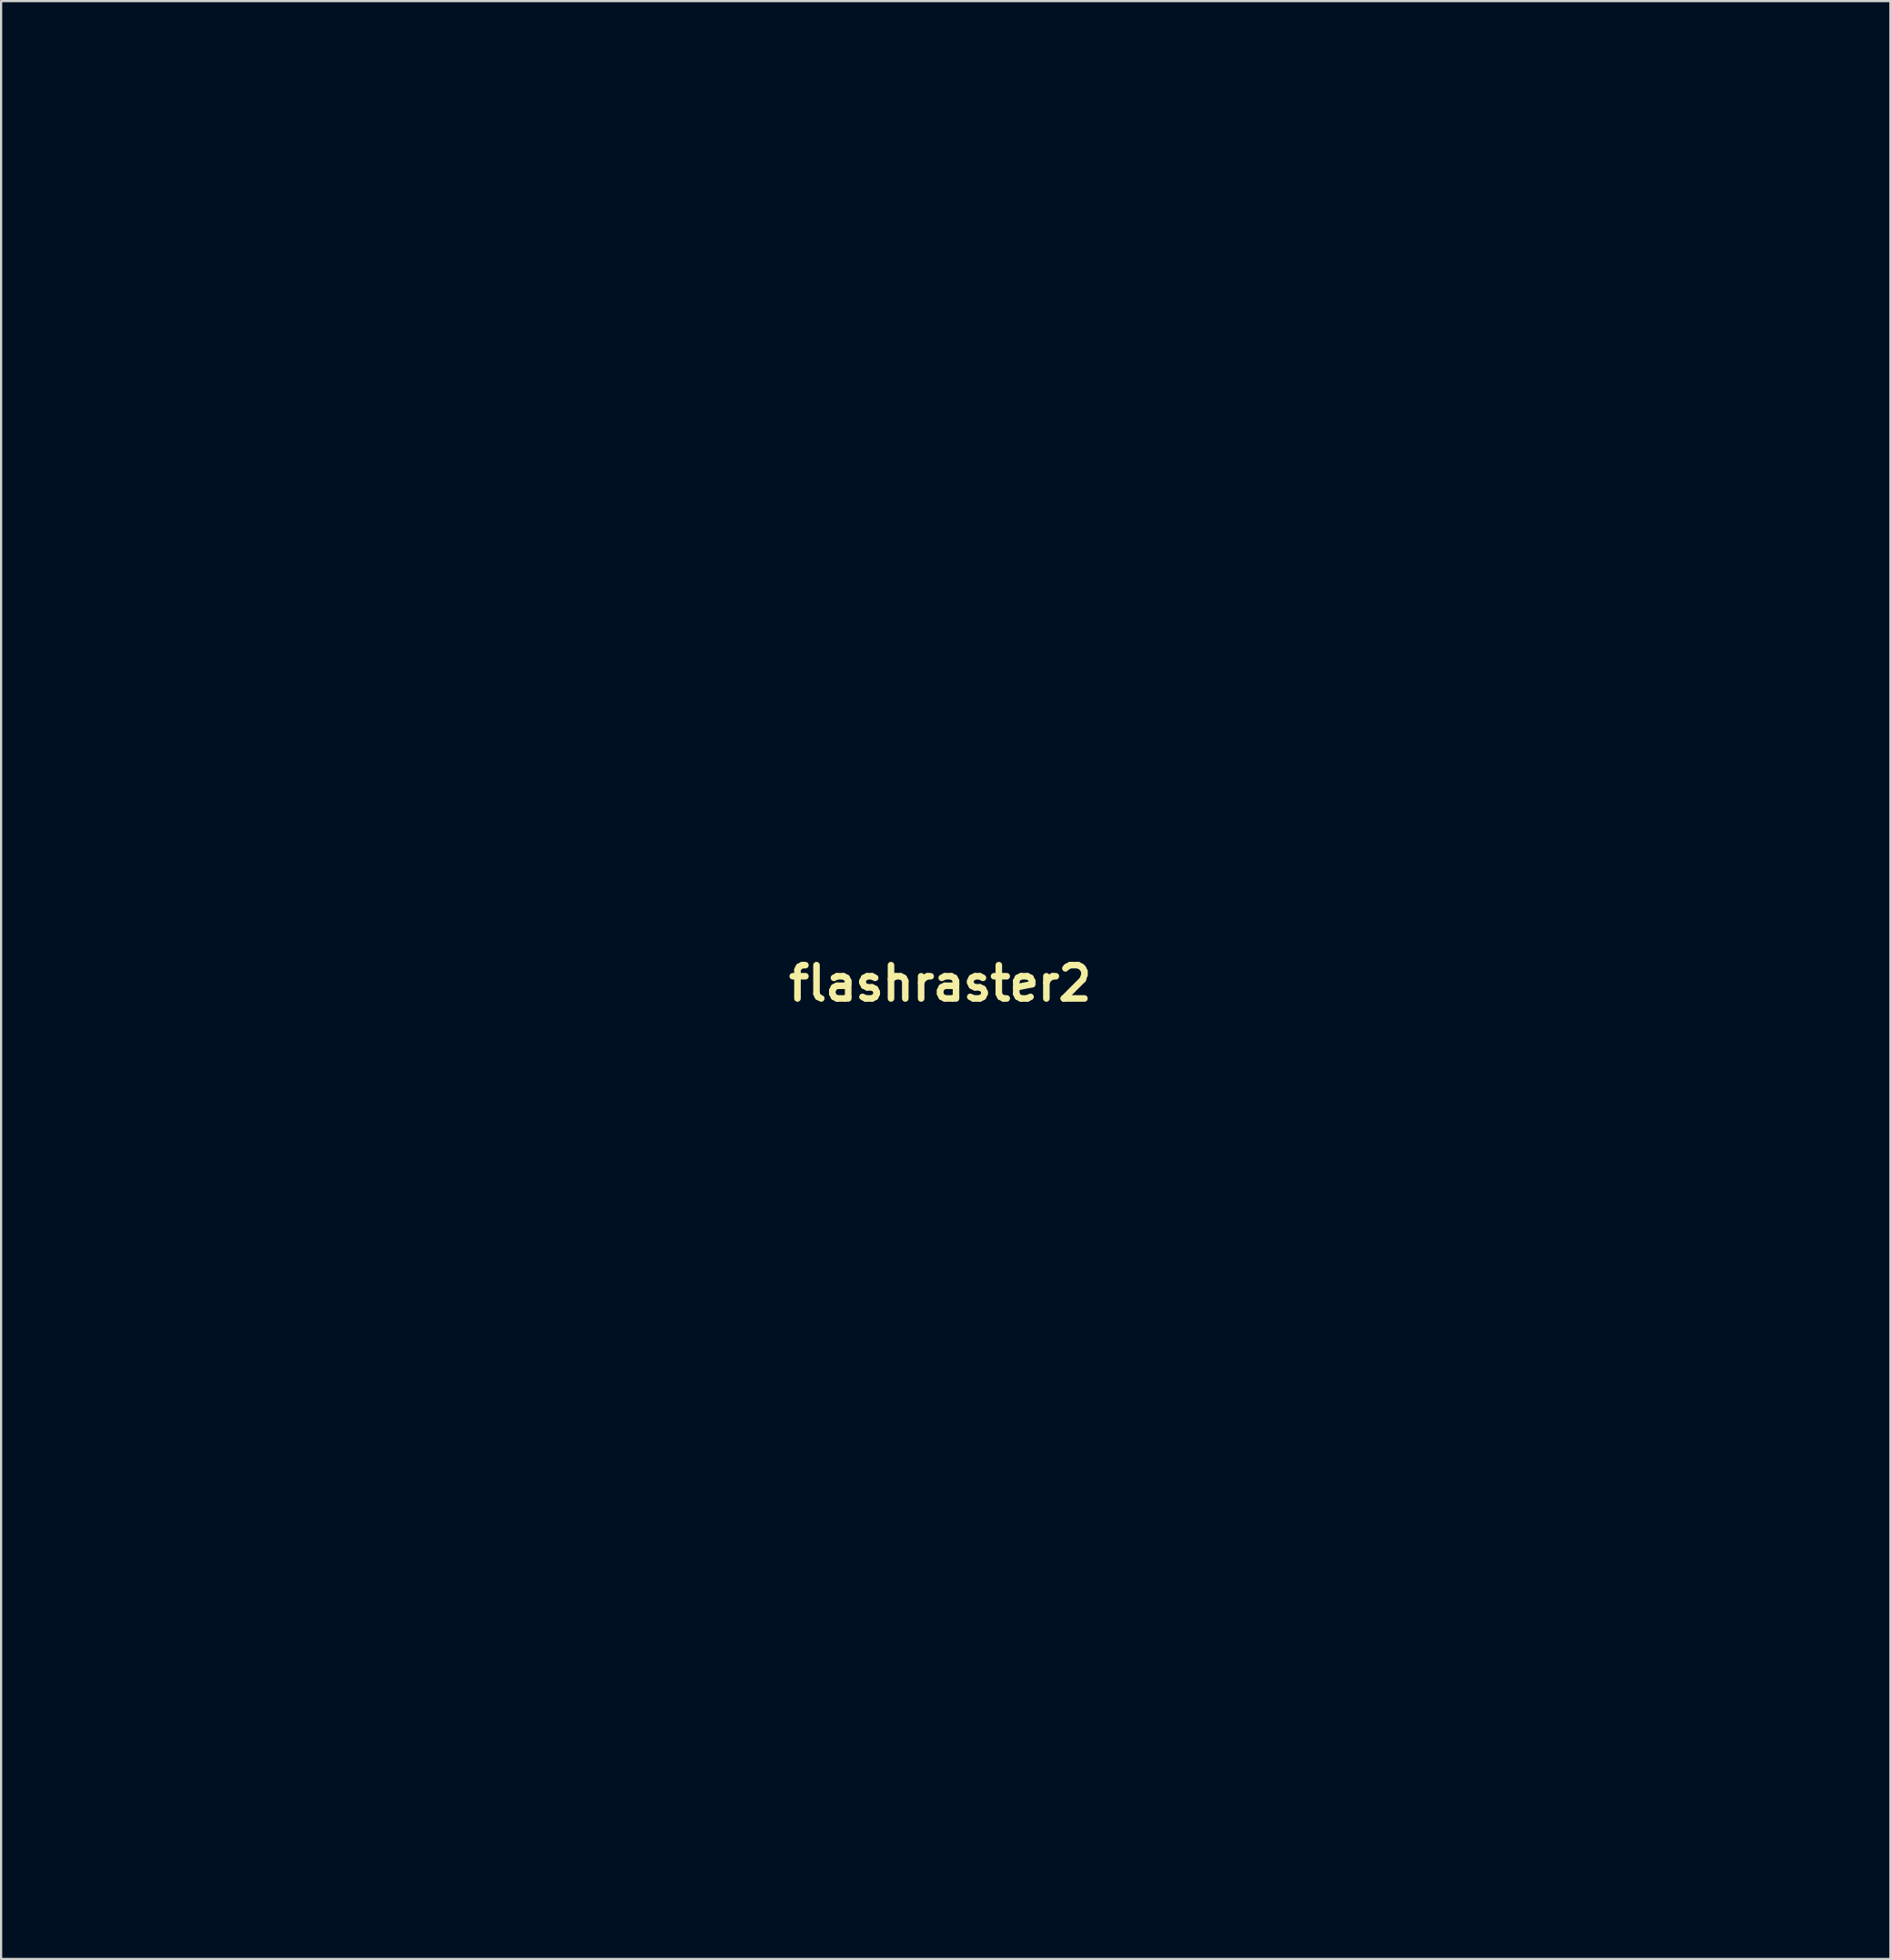
<source format=kicad_pcb>
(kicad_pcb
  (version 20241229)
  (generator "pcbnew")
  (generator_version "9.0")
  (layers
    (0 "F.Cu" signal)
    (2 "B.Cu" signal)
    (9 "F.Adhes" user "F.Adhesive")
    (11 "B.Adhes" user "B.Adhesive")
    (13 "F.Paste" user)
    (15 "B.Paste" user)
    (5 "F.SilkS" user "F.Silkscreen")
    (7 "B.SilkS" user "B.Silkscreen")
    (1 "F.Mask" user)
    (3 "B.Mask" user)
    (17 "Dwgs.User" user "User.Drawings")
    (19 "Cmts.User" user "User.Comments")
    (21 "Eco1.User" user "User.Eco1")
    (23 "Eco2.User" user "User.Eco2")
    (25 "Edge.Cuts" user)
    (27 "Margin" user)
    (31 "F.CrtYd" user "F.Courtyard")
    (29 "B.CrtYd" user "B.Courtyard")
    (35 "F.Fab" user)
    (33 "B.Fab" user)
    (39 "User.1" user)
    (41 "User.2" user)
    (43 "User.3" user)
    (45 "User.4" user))
  (footprint "flashraster2"
    (layer "F.Cu")
    (at 39.987 41.97)
    (property "Reference" "flashraster2" (at 0 0 0) (layer "F.SilkS") (effects (font (size 1.524 1.524) (thickness 0.3))))
    (attr through_hole)
    (fp_poly (pts (xy -27.609 31.842) (xy -27.793 32.026) (xy -27.977 31.842) (xy -27.793 31.658) (xy -27.609 31.842)) (stroke (width 0.01) (type solid)) (fill no) (layer "Eco2.User"))
    (fp_poly (pts (xy -25.768 30.738) (xy -25.952 30.922) (xy -26.136 30.738) (xy -25.952 30.554) (xy -25.768 30.738)) (stroke (width 0.01) (type solid)) (fill no) (layer "Eco2.User"))
    (fp_poly (pts (xy -24.664 17.854) (xy -24.848 18.038) (xy -25.032 17.854) (xy -24.848 17.67) (xy -24.664 17.854)) (stroke (width 0.01) (type solid)) (fill no) (layer "Eco2.User"))
    (fp_poly (pts (xy -24.296 16.381) (xy -24.48 16.565) (xy -24.664 16.381) (xy -24.48 16.197) (xy -24.296 16.381)) (stroke (width 0.01) (type solid)) (fill no) (layer "Eco2.User"))
    (fp_poly (pts (xy -22.823 28.161) (xy -23.007 28.345) (xy -23.191 28.161) (xy -23.007 27.977) (xy -22.823 28.161)) (stroke (width 0.01) (type solid)) (fill no) (layer "Eco2.User"))
    (fp_poly (pts (xy -22.455 16.749) (xy -22.639 16.933) (xy -22.823 16.749) (xy -22.639 16.565) (xy -22.455 16.749)) (stroke (width 0.01) (type solid)) (fill no) (layer "Eco2.User"))
    (fp_poly (pts (xy -22.455 27.057) (xy -22.639 27.241) (xy -22.823 27.057) (xy -22.639 26.872) (xy -22.455 27.057)) (stroke (width 0.01) (type solid)) (fill no) (layer "Eco2.User"))
    (fp_poly (pts (xy -21.719 13.804) (xy -21.903 13.988) (xy -22.087 13.804) (xy -21.903 13.62) (xy -21.719 13.804)) (stroke (width 0.01) (type solid)) (fill no) (layer "Eco2.User"))
    (fp_poly (pts (xy -20.246 14.172) (xy -20.43 14.357) (xy -20.614 14.172) (xy -20.43 13.988) (xy -20.246 14.172)) (stroke (width 0.01) (type solid)) (fill no) (layer "Eco2.User"))
    (fp_poly (pts (xy -19.51 12.7) (xy -19.694 12.884) (xy -19.878 12.7) (xy -19.694 12.516) (xy -19.51 12.7)) (stroke (width 0.01) (type solid)) (fill no) (layer "Eco2.User"))
    (fp_poly (pts (xy -19.51 17.854) (xy -19.694 18.038) (xy -19.878 17.854) (xy -19.694 17.67) (xy -19.51 17.854)) (stroke (width 0.01) (type solid)) (fill no) (layer "Eco2.User"))
    (fp_poly (pts (xy -19.51 27.793) (xy -19.694 27.977) (xy -19.878 27.793) (xy -19.694 27.609) (xy -19.51 27.793)) (stroke (width 0.01) (type solid)) (fill no) (layer "Eco2.User"))
    (fp_poly (pts (xy -19.142 11.228) (xy -19.326 11.412) (xy -19.51 11.228) (xy -19.326 11.043) (xy -19.142 11.228)) (stroke (width 0.01) (type solid)) (fill no) (layer "Eco2.User"))
    (fp_poly (pts (xy -19.142 26.32) (xy -19.326 26.504) (xy -19.51 26.32) (xy -19.326 26.136) (xy -19.142 26.32)) (stroke (width 0.01) (type solid)) (fill no) (layer "Eco2.User"))
    (fp_poly (pts (xy -18.406 24.848) (xy -18.59 25.032) (xy -18.774 24.848) (xy -18.59 24.664) (xy -18.406 24.848)) (stroke (width 0.01) (type solid)) (fill no) (layer "Eco2.User"))
    (fp_poly (pts (xy -17.67 11.596) (xy -17.854 11.78) (xy -18.038 11.596) (xy -17.854 11.412) (xy -17.67 11.596)) (stroke (width 0.01) (type solid)) (fill no) (layer "Eco2.User"))
    (fp_poly (pts (xy -17.67 16.749) (xy -17.854 16.933) (xy -18.038 16.749) (xy -17.854 16.565) (xy -17.67 16.749)) (stroke (width 0.01) (type solid)) (fill no) (layer "Eco2.User"))
    (fp_poly (pts (xy -17.67 21.903) (xy -17.854 22.087) (xy -18.038 21.903) (xy -17.854 21.719) (xy -17.67 21.903)) (stroke (width 0.01) (type solid)) (fill no) (layer "Eco2.User"))
    (fp_poly (pts (xy -17.67 26.688) (xy -17.854 26.872) (xy -18.038 26.688) (xy -17.854 26.504) (xy -17.67 26.688)) (stroke (width 0.01) (type solid)) (fill no) (layer "Eco2.User"))
    (fp_poly (pts (xy -17.301 10.123) (xy -17.486 10.307) (xy -17.67 10.123) (xy -17.486 9.939) (xy -17.301 10.123)) (stroke (width 0.01) (type solid)) (fill no) (layer "Eco2.User"))
    (fp_poly (pts (xy -16.565 8.651) (xy -16.749 8.835) (xy -16.933 8.651) (xy -16.749 8.467) (xy -16.565 8.651)) (stroke (width 0.01) (type solid)) (fill no) (layer "Eco2.User"))
    (fp_poly (pts (xy -16.565 13.804) (xy -16.749 13.988) (xy -16.933 13.804) (xy -16.749 13.62) (xy -16.565 13.804)) (stroke (width 0.01) (type solid)) (fill no) (layer "Eco2.User"))
    (fp_poly (pts (xy -16.197 17.117) (xy -16.381 17.301) (xy -16.565 17.117) (xy -16.381 16.933) (xy -16.197 17.117)) (stroke (width 0.01) (type solid)) (fill no) (layer "Eco2.User"))
    (fp_poly (pts (xy -16.197 22.271) (xy -16.381 22.455) (xy -16.565 22.271) (xy -16.381 22.087) (xy -16.197 22.271)) (stroke (width 0.01) (type solid)) (fill no) (layer "Eco2.User"))
    (fp_poly (pts (xy -15.461 15.645) (xy -15.645 15.829) (xy -15.829 15.645) (xy -15.645 15.461) (xy -15.461 15.645)) (stroke (width 0.01) (type solid)) (fill no) (layer "Eco2.User"))
    (fp_poly (pts (xy -15.461 20.799) (xy -15.645 20.983) (xy -15.829 20.799) (xy -15.645 20.614) (xy -15.461 20.799)) (stroke (width 0.01) (type solid)) (fill no) (layer "Eco2.User"))
    (fp_poly (pts (xy -15.093 9.019) (xy -15.277 9.203) (xy -15.461 9.019) (xy -15.277 8.835) (xy -15.093 9.019)) (stroke (width 0.01) (type solid)) (fill no) (layer "Eco2.User"))
    (fp_poly (pts (xy -15.093 14.172) (xy -15.277 14.357) (xy -15.461 14.172) (xy -15.277 13.988) (xy -15.093 14.172)) (stroke (width 0.01) (type solid)) (fill no) (layer "Eco2.User"))
    (fp_poly (pts (xy -15.093 18.958) (xy -15.277 19.142) (xy -15.461 18.958) (xy -15.277 18.774) (xy -15.093 18.958)) (stroke (width 0.01) (type solid)) (fill no) (layer "Eco2.User"))
    (fp_poly (pts (xy -15.093 24.112) (xy -15.277 24.296) (xy -15.461 24.112) (xy -15.277 23.928) (xy -15.093 24.112)) (stroke (width 0.01) (type solid)) (fill no) (layer "Eco2.User"))
    (fp_poly (pts (xy -14.725 7.546) (xy -14.909 7.73) (xy -15.093 7.546) (xy -14.909 7.362) (xy -14.725 7.546)) (stroke (width 0.01) (type solid)) (fill no) (layer "Eco2.User"))
    (fp_poly (pts (xy -13.252 -11.964) (xy -13.436 -11.78) (xy -13.62 -11.964) (xy -13.436 -12.148) (xy -13.252 -11.964)) (stroke (width 0.01) (type solid)) (fill no) (layer "Eco2.User"))
    (fp_poly (pts (xy -12.884 11.596) (xy -13.068 11.78) (xy -13.252 11.596) (xy -13.068 11.412) (xy -12.884 11.596)) (stroke (width 0.01) (type solid)) (fill no) (layer "Eco2.User"))
    (fp_poly (pts (xy -12.148 20.062) (xy -12.332 20.246) (xy -12.516 20.062) (xy -12.332 19.878) (xy -12.148 20.062)) (stroke (width 0.01) (type solid)) (fill no) (layer "Eco2.User"))
    (fp_poly (pts (xy -11.78 -11.596) (xy -11.964 -11.412) (xy -12.148 -11.596) (xy -11.964 -11.78) (xy -11.78 -11.596)) (stroke (width 0.01) (type solid)) (fill no) (layer "Eco2.User"))
    (fp_poly (pts (xy -11.412 18.59) (xy -11.596 18.774) (xy -11.78 18.59) (xy -11.596 18.406) (xy -11.412 18.59)) (stroke (width 0.01) (type solid)) (fill no) (layer "Eco2.User"))
    (fp_poly (pts (xy -11.043 6.81) (xy -11.228 6.994) (xy -11.412 6.81) (xy -11.228 6.626) (xy -11.043 6.81)) (stroke (width 0.01) (type solid)) (fill no) (layer "Eco2.User"))
    (fp_poly (pts (xy -11.043 11.964) (xy -11.228 12.148) (xy -11.412 11.964) (xy -11.228 11.78) (xy -11.043 11.964)) (stroke (width 0.01) (type solid)) (fill no) (layer "Eco2.User"))
    (fp_poly (pts (xy -11.043 17.117) (xy -11.228 17.301) (xy -11.412 17.117) (xy -11.228 16.933) (xy -11.043 17.117)) (stroke (width 0.01) (type solid)) (fill no) (layer "Eco2.User"))
    (fp_poly (pts (xy -11.043 22.271) (xy -11.228 22.455) (xy -11.412 22.271) (xy -11.228 22.087) (xy -11.043 22.271)) (stroke (width 0.01) (type solid)) (fill no) (layer "Eco2.User"))
    (fp_poly (pts (xy -10.675 -14.541) (xy -10.859 -14.357) (xy -11.043 -14.541) (xy -10.859 -14.725) (xy -10.675 -14.541)) (stroke (width 0.01) (type solid)) (fill no) (layer "Eco2.User"))
    (fp_poly (pts (xy -10.675 -9.755) (xy -10.859 -9.571) (xy -11.043 -9.755) (xy -10.859 -9.939) (xy -10.675 -9.755)) (stroke (width 0.01) (type solid)) (fill no) (layer "Eco2.User"))
    (fp_poly (pts (xy -10.675 10.491) (xy -10.859 10.675) (xy -11.043 10.491) (xy -10.859 10.307) (xy -10.675 10.491)) (stroke (width 0.01) (type solid)) (fill no) (layer "Eco2.User"))
    (fp_poly (pts (xy -10.307 20.799) (xy -10.491 20.983) (xy -10.675 20.799) (xy -10.491 20.614) (xy -10.307 20.799)) (stroke (width 0.01) (type solid)) (fill no) (layer "Eco2.User"))
    (fp_poly (pts (xy -9.939 -12.7) (xy -10.123 -12.516) (xy -10.307 -12.7) (xy -10.123 -12.884) (xy -9.939 -12.7)) (stroke (width 0.01) (type solid)) (fill no) (layer "Eco2.User"))
    (fp_poly (pts (xy -9.939 2.393) (xy -10.123 2.577) (xy -10.307 2.393) (xy -10.123 2.209) (xy -9.939 2.393)) (stroke (width 0.01) (type solid)) (fill no) (layer "Eco2.User"))
    (fp_poly (pts (xy -9.571 17.854) (xy -9.755 18.038) (xy -9.939 17.854) (xy -9.755 17.67) (xy -9.571 17.854)) (stroke (width 0.01) (type solid)) (fill no) (layer "Eco2.User"))
    (fp_poly (pts (xy -9.571 22.639) (xy -9.755 22.823) (xy -9.939 22.639) (xy -9.755 22.455) (xy -9.571 22.639)) (stroke (width 0.01) (type solid)) (fill no) (layer "Eco2.User"))
    (fp_poly (pts (xy -9.203 -14.172) (xy -9.387 -13.988) (xy -9.571 -14.172) (xy -9.387 -14.357) (xy -9.203 -14.172)) (stroke (width 0.01) (type solid)) (fill no) (layer "Eco2.User"))
    (fp_poly (pts (xy -9.203 6.074) (xy -9.387 6.258) (xy -9.571 6.074) (xy -9.387 5.89) (xy -9.203 6.074)) (stroke (width 0.01) (type solid)) (fill no) (layer "Eco2.User"))
    (fp_poly (pts (xy -9.203 10.859) (xy -9.387 11.043) (xy -9.571 10.859) (xy -9.387 10.675) (xy -9.203 10.859)) (stroke (width 0.01) (type solid)) (fill no) (layer "Eco2.User"))
    (fp_poly (pts (xy -9.203 21.167) (xy -9.387 21.351) (xy -9.571 21.167) (xy -9.387 20.983) (xy -9.203 21.167)) (stroke (width 0.01) (type solid)) (fill no) (layer "Eco2.User"))
    (fp_poly (pts (xy -8.835 -15.645) (xy -9.019 -15.461) (xy -9.203 -15.645) (xy -9.019 -15.829) (xy -8.835 -15.645)) (stroke (width 0.01) (type solid)) (fill no) (layer "Eco2.User"))
    (fp_poly (pts (xy -8.467 19.694) (xy -8.651 19.878) (xy -8.835 19.694) (xy -8.651 19.51) (xy -8.467 19.694)) (stroke (width 0.01) (type solid)) (fill no) (layer "Eco2.User"))
    (fp_poly (pts (xy -8.099 7.914) (xy -8.283 8.099) (xy -8.467 7.914) (xy -8.283 7.73) (xy -8.099 7.914)) (stroke (width 0.01) (type solid)) (fill no) (layer "Eco2.User"))
    (fp_poly (pts (xy -7.73 -13.804) (xy -7.914 -13.62) (xy -8.099 -13.804) (xy -7.914 -13.988) (xy -7.73 -13.804)) (stroke (width 0.01) (type solid)) (fill no) (layer "Eco2.User"))
    (fp_poly (pts (xy -7.73 1.657) (xy -7.914 1.841) (xy -8.099 1.657) (xy -7.914 1.472) (xy -7.73 1.657)) (stroke (width 0.01) (type solid)) (fill no) (layer "Eco2.User"))
    (fp_poly (pts (xy -7.73 6.442) (xy -7.914 6.626) (xy -8.099 6.442) (xy -7.914 6.258) (xy -7.73 6.442)) (stroke (width 0.01) (type solid)) (fill no) (layer "Eco2.User"))
    (fp_poly (pts (xy -7.362 -14.909) (xy -7.546 -14.725) (xy -7.73 -14.909) (xy -7.546 -15.093) (xy -7.362 -14.909)) (stroke (width 0.01) (type solid)) (fill no) (layer "Eco2.User"))
    (fp_poly (pts (xy -7.362 -10.123) (xy -7.546 -9.939) (xy -7.73 -10.123) (xy -7.546 -10.307) (xy -7.362 -10.123)) (stroke (width 0.01) (type solid)) (fill no) (layer "Eco2.User"))
    (fp_poly (pts (xy -6.994 10.123) (xy -7.178 10.307) (xy -7.362 10.123) (xy -7.178 9.939) (xy -6.994 10.123)) (stroke (width 0.01) (type solid)) (fill no) (layer "Eco2.User"))
    (fp_poly (pts (xy -6.994 20.062) (xy -7.178 20.246) (xy -7.362 20.062) (xy -7.178 19.878) (xy -6.994 20.062)) (stroke (width 0.01) (type solid)) (fill no) (layer "Eco2.User"))
    (fp_poly (pts (xy -6.626 -16.749) (xy -6.81 -16.565) (xy -6.994 -16.749) (xy -6.81 -16.933) (xy -6.626 -16.749)) (stroke (width 0.01) (type solid)) (fill no) (layer "Eco2.User"))
    (fp_poly (pts (xy -6.626 -11.596) (xy -6.81 -11.412) (xy -6.994 -11.596) (xy -6.81 -11.78) (xy -6.626 -11.596)) (stroke (width 0.01) (type solid)) (fill no) (layer "Eco2.User"))
    (fp_poly (pts (xy -6.626 3.497) (xy -6.81 3.681) (xy -6.994 3.497) (xy -6.81 3.313) (xy -6.626 3.497)) (stroke (width 0.01) (type solid)) (fill no) (layer "Eco2.User"))
    (fp_poly (pts (xy -6.626 8.651) (xy -6.81 8.835) (xy -6.994 8.651) (xy -6.81 8.467) (xy -6.626 8.651)) (stroke (width 0.01) (type solid)) (fill no) (layer "Eco2.User"))
    (fp_poly (pts (xy -6.258 -13.436) (xy -6.442 -13.252) (xy -6.626 -13.436) (xy -6.442 -13.62) (xy -6.258 -13.436)) (stroke (width 0.01) (type solid)) (fill no) (layer "Eco2.User"))
    (fp_poly (pts (xy -5.89 -9.755) (xy -6.074 -9.571) (xy -6.258 -9.755) (xy -6.074 -9.939) (xy -5.89 -9.755)) (stroke (width 0.01) (type solid)) (fill no) (layer "Eco2.User"))
    (fp_poly (pts (xy -5.89 0.552) (xy -6.074 0.736) (xy -6.258 0.552) (xy -6.074 0.368) (xy -5.89 0.552)) (stroke (width 0.01) (type solid)) (fill no) (layer "Eco2.User"))
    (fp_poly (pts (xy -5.522 -16.013) (xy -5.706 -15.829) (xy -5.89 -16.013) (xy -5.706 -16.197) (xy -5.522 -16.013)) (stroke (width 0.01) (type solid)) (fill no) (layer "Eco2.User"))
    (fp_poly (pts (xy -5.522 20.43) (xy -5.706 20.614) (xy -5.89 20.43) (xy -5.706 20.246) (xy -5.522 20.43)) (stroke (width 0.01) (type solid)) (fill no) (layer "Eco2.User"))
    (fp_poly (pts (xy -5.154 3.865) (xy -5.338 4.049) (xy -5.522 3.865) (xy -5.338 3.681) (xy -5.154 3.865)) (stroke (width 0.01) (type solid)) (fill no) (layer "Eco2.User"))
    (fp_poly (pts (xy -5.154 9.019) (xy -5.338 9.203) (xy -5.522 9.019) (xy -5.338 8.835) (xy -5.154 9.019)) (stroke (width 0.01) (type solid)) (fill no) (layer "Eco2.User"))
    (fp_poly (pts (xy -5.154 18.958) (xy -5.338 19.142) (xy -5.522 18.958) (xy -5.338 18.774) (xy -5.154 18.958)) (stroke (width 0.01) (type solid)) (fill no) (layer "Eco2.User"))
    (fp_poly (pts (xy -4.786 -17.854) (xy -4.97 -17.67) (xy -5.154 -17.854) (xy -4.97 -18.038) (xy -4.786 -17.854)) (stroke (width 0.01) (type solid)) (fill no) (layer "Eco2.User"))
    (fp_poly (pts (xy -4.786 -12.7) (xy -4.97 -12.516) (xy -5.154 -12.7) (xy -4.97 -12.884) (xy -4.786 -12.7)) (stroke (width 0.01) (type solid)) (fill no) (layer "Eco2.User"))
    (fp_poly (pts (xy -4.786 2.393) (xy -4.97 2.577) (xy -5.154 2.393) (xy -4.97 2.209) (xy -4.786 2.393)) (stroke (width 0.01) (type solid)) (fill no) (layer "Eco2.User"))
    (fp_poly (pts (xy -4.417 -18.958) (xy -4.601 -18.774) (xy -4.786 -18.958) (xy -4.601 -19.142) (xy -4.417 -18.958)) (stroke (width 0.01) (type solid)) (fill no) (layer "Eco2.User"))
    (fp_poly (pts (xy -4.417 -14.172) (xy -4.601 -13.988) (xy -4.786 -14.172) (xy -4.601 -14.357) (xy -4.417 -14.172)) (stroke (width 0.01) (type solid)) (fill no) (layer "Eco2.User"))
    (fp_poly (pts (xy -4.417 0.92) (xy -4.601 1.104) (xy -4.786 0.92) (xy -4.601 0.736) (xy -4.417 0.92)) (stroke (width 0.01) (type solid)) (fill no) (layer "Eco2.User"))
    (fp_poly (pts (xy -4.417 17.486) (xy -4.601 17.67) (xy -4.786 17.486) (xy -4.601 17.301) (xy -4.417 17.486)) (stroke (width 0.01) (type solid)) (fill no) (layer "Eco2.User"))
    (fp_poly (pts (xy -4.049 6.074) (xy -4.233 6.258) (xy -4.417 6.074) (xy -4.233 5.89) (xy -4.049 6.074)) (stroke (width 0.01) (type solid)) (fill no) (layer "Eco2.User"))
    (fp_poly (pts (xy -3.681 -20.799) (xy -3.865 -20.614) (xy -4.049 -20.799) (xy -3.865 -20.983) (xy -3.681 -20.799)) (stroke (width 0.01) (type solid)) (fill no) (layer "Eco2.User"))
    (fp_poly (pts (xy -3.681 -15.645) (xy -3.865 -15.461) (xy -4.049 -15.645) (xy -3.865 -15.829) (xy -3.681 -15.645)) (stroke (width 0.01) (type solid)) (fill no) (layer "Eco2.User"))
    (fp_poly (pts (xy -3.681 -0.552) (xy -3.865 -0.368) (xy -4.049 -0.552) (xy -3.865 -0.736) (xy -3.681 -0.552)) (stroke (width 0.01) (type solid)) (fill no) (layer "Eco2.User"))
    (fp_poly (pts (xy -3.681 4.601) (xy -3.865 4.786) (xy -4.049 4.601) (xy -3.865 4.417) (xy -3.681 4.601)) (stroke (width 0.01) (type solid)) (fill no) (layer "Eco2.User"))
    (fp_poly (pts (xy -3.313 -22.271) (xy -3.497 -22.087) (xy -3.681 -22.271) (xy -3.497 -22.455) (xy -3.313 -22.271)) (stroke (width 0.01) (type solid)) (fill no) (layer "Eco2.User"))
    (fp_poly (pts (xy -3.313 -17.486) (xy -3.497 -17.301) (xy -3.681 -17.486) (xy -3.497 -17.67) (xy -3.313 -17.486)) (stroke (width 0.01) (type solid)) (fill no) (layer "Eco2.User"))
    (fp_poly (pts (xy -2.945 2.761) (xy -3.129 2.945) (xy -3.313 2.761) (xy -3.129 2.577) (xy -2.945 2.761)) (stroke (width 0.01) (type solid)) (fill no) (layer "Eco2.User"))
    (fp_poly (pts (xy -2.945 7.914) (xy -3.129 8.099) (xy -3.313 7.914) (xy -3.129 7.73) (xy -2.945 7.914)) (stroke (width 0.01) (type solid)) (fill no) (layer "Eco2.User"))
    (fp_poly (pts (xy -2.945 18.222) (xy -3.129 18.406) (xy -3.313 18.222) (xy -3.129 18.038) (xy -2.945 18.222)) (stroke (width 0.01) (type solid)) (fill no) (layer "Eco2.User"))
    (fp_poly (pts (xy -2.577 -13.804) (xy -2.761 -13.62) (xy -2.945 -13.804) (xy -2.761 -13.988) (xy -2.577 -13.804)) (stroke (width 0.01) (type solid)) (fill no) (layer "Eco2.User"))
    (fp_poly (pts (xy -2.577 -3.497) (xy -2.761 -3.313) (xy -2.945 -3.497) (xy -2.761 -3.681) (xy -2.577 -3.497)) (stroke (width 0.01) (type solid)) (fill no) (layer "Eco2.User"))
    (fp_poly (pts (xy -2.577 1.657) (xy -2.761 1.841) (xy -2.945 1.657) (xy -2.761 1.472) (xy -2.577 1.657)) (stroke (width 0.01) (type solid)) (fill no) (layer "Eco2.User"))
    (fp_poly (pts (xy -2.209 -20.062) (xy -2.393 -19.878) (xy -2.577 -20.062) (xy -2.393 -20.246) (xy -2.209 -20.062)) (stroke (width 0.01) (type solid)) (fill no) (layer "Eco2.User"))
    (fp_poly (pts (xy -2.209 -14.909) (xy -2.393 -14.725) (xy -2.577 -14.909) (xy -2.393 -15.093) (xy -2.209 -14.909)) (stroke (width 0.01) (type solid)) (fill no) (layer "Eco2.User"))
    (fp_poly (pts (xy -2.209 -10.491) (xy -2.393 -10.307) (xy -2.577 -10.491) (xy -2.393 -10.675) (xy -2.209 -10.491)) (stroke (width 0.01) (type solid)) (fill no) (layer "Eco2.User"))
    (fp_poly (pts (xy -1.841 -21.903) (xy -2.025 -21.719) (xy -2.209 -21.903) (xy -2.025 -22.087) (xy -1.841 -21.903)) (stroke (width 0.01) (type solid)) (fill no) (layer "Eco2.User"))
    (fp_poly (pts (xy -1.841 -16.749) (xy -2.025 -16.565) (xy -2.209 -16.749) (xy -2.025 -16.933) (xy -1.841 -16.749)) (stroke (width 0.01) (type solid)) (fill no) (layer "Eco2.User"))
    (fp_poly (pts (xy -1.841 -11.596) (xy -2.025 -11.412) (xy -2.209 -11.596) (xy -2.025 -11.78) (xy -1.841 -11.596)) (stroke (width 0.01) (type solid)) (fill no) (layer "Eco2.User"))
    (fp_poly (pts (xy -1.841 -1.657) (xy -2.025 -1.472) (xy -2.209 -1.657) (xy -2.025 -1.841) (xy -1.841 -1.657)) (stroke (width 0.01) (type solid)) (fill no) (layer "Eco2.User"))
    (fp_poly (pts (xy -1.841 3.497) (xy -2.025 3.681) (xy -2.209 3.497) (xy -2.025 3.313) (xy -1.841 3.497)) (stroke (width 0.01) (type solid)) (fill no) (layer "Eco2.User"))
    (fp_poly (pts (xy -1.841 18.59) (xy -2.025 18.774) (xy -2.209 18.59) (xy -2.025 18.406) (xy -1.841 18.59)) (stroke (width 0.01) (type solid)) (fill no) (layer "Eco2.User"))
    (fp_poly (pts (xy -1.472 -13.436) (xy -1.657 -13.252) (xy -1.841 -13.436) (xy -1.657 -13.62) (xy -1.472 -13.436)) (stroke (width 0.01) (type solid)) (fill no) (layer "Eco2.User"))
    (fp_poly (pts (xy -1.104 2.025) (xy -1.288 2.209) (xy -1.472 2.025) (xy -1.288 1.841) (xy -1.104 2.025)) (stroke (width 0.01) (type solid)) (fill no) (layer "Eco2.User"))
    (fp_poly (pts (xy -0.736 -9.755) (xy -0.92 -9.571) (xy -1.104 -9.755) (xy -0.92 -9.939) (xy -0.736 -9.755)) (stroke (width 0.01) (type solid)) (fill no) (layer "Eco2.User"))
    (fp_poly (pts (xy -0.736 -4.601) (xy -0.92 -4.417) (xy -1.104 -4.601) (xy -0.92 -4.786) (xy -0.736 -4.601)) (stroke (width 0.01) (type solid)) (fill no) (layer "Eco2.User"))
    (fp_poly (pts (xy -0.736 0.552) (xy -0.92 0.736) (xy -1.104 0.552) (xy -0.92 0.368) (xy -0.736 0.552)) (stroke (width 0.01) (type solid)) (fill no) (layer "Eco2.User"))
    (fp_poly (pts (xy -0.368 -16.381) (xy -0.552 -16.197) (xy -0.736 -16.381) (xy -0.552 -16.565) (xy -0.368 -16.381)) (stroke (width 0.01) (type solid)) (fill no) (layer "Eco2.User"))
    (fp_poly (pts (xy -0.368 -11.228) (xy -0.552 -11.043) (xy -0.736 -11.228) (xy -0.552 -11.412) (xy -0.368 -11.228)) (stroke (width 0.01) (type solid)) (fill no) (layer "Eco2.User"))
    (fp_poly (pts (xy 0 -1.288) (xy -0.184 -1.104) (xy -0.368 -1.288) (xy -0.184 -1.472) (xy 0 -1.288)) (stroke (width 0.01) (type solid)) (fill no) (layer "Eco2.User"))
    (fp_poly (pts (xy 0.368 2.393) (xy 0.184 2.577) (xy 0 2.393) (xy 0.184 2.209) (xy 0.368 2.393)) (stroke (width 0.01) (type solid)) (fill no) (layer "Eco2.User"))
    (fp_poly (pts (xy 0.736 -14.172) (xy 0.552 -13.988) (xy 0.368 -14.172) (xy 0.552 -14.357) (xy 0.736 -14.172)) (stroke (width 0.01) (type solid)) (fill no) (layer "Eco2.User"))
    (fp_poly (pts (xy 0.736 -4.233) (xy 0.552 -4.049) (xy 0.368 -4.233) (xy 0.552 -4.417) (xy 0.736 -4.233)) (stroke (width 0.01) (type solid)) (fill no) (layer "Eco2.User"))
    (fp_poly (pts (xy 1.104 -25.952) (xy 0.92 -25.768) (xy 0.736 -25.952) (xy 0.92 -26.136) (xy 1.104 -25.952)) (stroke (width 0.01) (type solid)) (fill no) (layer "Eco2.User"))
    (fp_poly (pts (xy 1.104 -20.799) (xy 0.92 -20.614) (xy 0.736 -20.799) (xy 0.92 -20.983) (xy 1.104 -20.799)) (stroke (width 0.01) (type solid)) (fill no) (layer "Eco2.User"))
    (fp_poly (pts (xy 1.472 -15.645) (xy 1.288 -15.461) (xy 1.104 -15.645) (xy 1.288 -15.829) (xy 1.472 -15.645)) (stroke (width 0.01) (type solid)) (fill no) (layer "Eco2.User"))
    (fp_poly (pts (xy 1.472 -5.706) (xy 1.288 -5.522) (xy 1.104 -5.706) (xy 1.288 -5.89) (xy 1.472 -5.706)) (stroke (width 0.01) (type solid)) (fill no) (layer "Eco2.User"))
    (fp_poly (pts (xy 1.472 4.601) (xy 1.288 4.786) (xy 1.104 4.601) (xy 1.288 4.417) (xy 1.472 4.601)) (stroke (width 0.01) (type solid)) (fill no) (layer "Eco2.User"))
    (fp_poly (pts (xy 1.841 -22.271) (xy 1.657 -22.087) (xy 1.472 -22.271) (xy 1.657 -22.455) (xy 1.841 -22.271)) (stroke (width 0.01) (type solid)) (fill no) (layer "Eco2.User"))
    (fp_poly (pts (xy 1.841 -17.117) (xy 1.657 -16.933) (xy 1.472 -17.117) (xy 1.657 -17.301) (xy 1.841 -17.117)) (stroke (width 0.01) (type solid)) (fill no) (layer "Eco2.User"))
    (fp_poly (pts (xy 2.209 -13.804) (xy 2.025 -13.62) (xy 1.841 -13.804) (xy 2.025 -13.988) (xy 2.209 -13.804)) (stroke (width 0.01) (type solid)) (fill no) (layer "Eco2.User"))
    (fp_poly (pts (xy 2.209 -8.651) (xy 2.025 -8.467) (xy 1.841 -8.651) (xy 2.025 -8.835) (xy 2.209 -8.651)) (stroke (width 0.01) (type solid)) (fill no) (layer "Eco2.User"))
    (fp_poly (pts (xy 2.209 -3.497) (xy 2.025 -3.313) (xy 1.841 -3.497) (xy 2.025 -3.681) (xy 2.209 -3.497)) (stroke (width 0.01) (type solid)) (fill no) (layer "Eco2.User"))
    (fp_poly (pts (xy 2.209 1.657) (xy 2.025 1.841) (xy 1.841 1.657) (xy 2.025 1.472) (xy 2.209 1.657)) (stroke (width 0.01) (type solid)) (fill no) (layer "Eco2.User"))
    (fp_poly (pts (xy 2.577 -15.277) (xy 2.393 -15.093) (xy 2.209 -15.277) (xy 2.393 -15.461) (xy 2.577 -15.277)) (stroke (width 0.01) (type solid)) (fill no) (layer "Eco2.User"))
    (fp_poly (pts (xy 2.577 -10.491) (xy 2.393 -10.307) (xy 2.209 -10.491) (xy 2.393 -10.675) (xy 2.577 -10.491)) (stroke (width 0.01) (type solid)) (fill no) (layer "Eco2.User"))
    (fp_poly (pts (xy 2.577 -5.338) (xy 2.393 -5.154) (xy 2.209 -5.338) (xy 2.393 -5.522) (xy 2.577 -5.338)) (stroke (width 0.01) (type solid)) (fill no) (layer "Eco2.User"))
    (fp_poly (pts (xy 2.945 -27.057) (xy 2.761 -26.872) (xy 2.577 -27.057) (xy 2.761 -27.241) (xy 2.945 -27.057)) (stroke (width 0.01) (type solid)) (fill no) (layer "Eco2.User"))
    (fp_poly (pts (xy 3.313 -21.903) (xy 3.129 -21.719) (xy 2.945 -21.903) (xy 3.129 -22.087) (xy 3.313 -21.903)) (stroke (width 0.01) (type solid)) (fill no) (layer "Eco2.User"))
    (fp_poly (pts (xy 3.313 -16.749) (xy 3.129 -16.565) (xy 2.945 -16.749) (xy 3.129 -16.933) (xy 3.313 -16.749)) (stroke (width 0.01) (type solid)) (fill no) (layer "Eco2.User"))
    (fp_poly (pts (xy 3.313 -6.442) (xy 3.129 -6.258) (xy 2.945 -6.442) (xy 3.129 -6.626) (xy 3.313 -6.442)) (stroke (width 0.01) (type solid)) (fill no) (layer "Eco2.User"))
    (fp_poly (pts (xy 3.681 -13.436) (xy 3.497 -13.252) (xy 3.313 -13.436) (xy 3.497 -13.62) (xy 3.681 -13.436)) (stroke (width 0.01) (type solid)) (fill no) (layer "Eco2.User"))
    (fp_poly (pts (xy 3.681 -8.283) (xy 3.497 -8.099) (xy 3.313 -8.283) (xy 3.497 -8.467) (xy 3.681 -8.283)) (stroke (width 0.01) (type solid)) (fill no) (layer "Eco2.User"))
    (fp_poly (pts (xy 4.049 -30.001) (xy 3.865 -29.817) (xy 3.681 -30.001) (xy 3.865 -30.186) (xy 4.049 -30.001)) (stroke (width 0.01) (type solid)) (fill no) (layer "Eco2.User"))
    (fp_poly (pts (xy 4.049 2.025) (xy 3.865 2.209) (xy 3.681 2.025) (xy 3.865 1.841) (xy 4.049 2.025)) (stroke (width 0.01) (type solid)) (fill no) (layer "Eco2.User"))
    (fp_poly (pts (xy 4.417 -9.755) (xy 4.233 -9.571) (xy 4.049 -9.755) (xy 4.233 -9.939) (xy 4.417 -9.755)) (stroke (width 0.01) (type solid)) (fill no) (layer "Eco2.User"))
    (fp_poly (pts (xy 4.786 -21.535) (xy 4.601 -21.351) (xy 4.417 -21.535) (xy 4.601 -21.719) (xy 4.786 -21.535)) (stroke (width 0.01) (type solid)) (fill no) (layer "Eco2.User"))
    (fp_poly (pts (xy 4.786 -16.381) (xy 4.601 -16.197) (xy 4.417 -16.381) (xy 4.601 -16.565) (xy 4.786 -16.381)) (stroke (width 0.01) (type solid)) (fill no) (layer "Eco2.User"))
    (fp_poly (pts (xy 4.786 -11.228) (xy 4.601 -11.043) (xy 4.417 -11.228) (xy 4.601 -11.412) (xy 4.786 -11.228)) (stroke (width 0.01) (type solid)) (fill no) (layer "Eco2.User"))
    (fp_poly (pts (xy 5.522 -7.546) (xy 5.338 -7.362) (xy 5.154 -7.546) (xy 5.338 -7.73) (xy 5.522 -7.546)) (stroke (width 0.01) (type solid)) (fill no) (layer "Eco2.User"))
    (fp_poly (pts (xy 5.522 -2.393) (xy 5.338 -2.209) (xy 5.154 -2.393) (xy 5.338 -2.577) (xy 5.522 -2.393)) (stroke (width 0.01) (type solid)) (fill no) (layer "Eco2.User"))
    (fp_poly (pts (xy 5.522 2.393) (xy 5.338 2.577) (xy 5.154 2.393) (xy 5.338 2.209) (xy 5.522 2.393)) (stroke (width 0.01) (type solid)) (fill no) (layer "Eco2.User"))
    (fp_poly (pts (xy 5.89 -29.265) (xy 5.706 -29.081) (xy 5.522 -29.265) (xy 5.706 -29.449) (xy 5.89 -29.265)) (stroke (width 0.01) (type solid)) (fill no) (layer "Eco2.User"))
    (fp_poly (pts (xy 5.89 -18.958) (xy 5.706 -18.774) (xy 5.522 -18.958) (xy 5.706 -19.142) (xy 5.89 -18.958)) (stroke (width 0.01) (type solid)) (fill no) (layer "Eco2.User"))
    (fp_poly (pts (xy 5.89 -14.541) (xy 5.706 -14.357) (xy 5.522 -14.541) (xy 5.706 -14.725) (xy 5.89 -14.541)) (stroke (width 0.01) (type solid)) (fill no) (layer "Eco2.User"))
    (fp_poly (pts (xy 5.89 -9.387) (xy 5.706 -9.203) (xy 5.522 -9.387) (xy 5.706 -9.571) (xy 5.89 -9.387)) (stroke (width 0.01) (type solid)) (fill no) (layer "Eco2.User"))
    (fp_poly (pts (xy 5.89 0.92) (xy 5.706 1.104) (xy 5.522 0.92) (xy 5.706 0.736) (xy 5.89 0.92)) (stroke (width 0.01) (type solid)) (fill no) (layer "Eco2.User"))
    (fp_poly (pts (xy 6.258 -15.645) (xy 6.074 -15.461) (xy 5.89 -15.645) (xy 6.074 -15.829) (xy 6.258 -15.645)) (stroke (width 0.01) (type solid)) (fill no) (layer "Eco2.User"))
    (fp_poly (pts (xy 6.258 -10.859) (xy 6.074 -10.675) (xy 5.89 -10.859) (xy 6.074 -11.043) (xy 6.258 -10.859)) (stroke (width 0.01) (type solid)) (fill no) (layer "Eco2.User"))
    (fp_poly (pts (xy 6.258 -5.706) (xy 6.074 -5.522) (xy 5.89 -5.706) (xy 6.074 -5.89) (xy 6.258 -5.706)) (stroke (width 0.01) (type solid)) (fill no) (layer "Eco2.User"))
    (fp_poly (pts (xy 6.258 -0.552) (xy 6.074 -0.368) (xy 5.89 -0.552) (xy 6.074 -0.736) (xy 6.258 -0.552)) (stroke (width 0.01) (type solid)) (fill no) (layer "Eco2.User"))
    (fp_poly (pts (xy 7.362 -8.651) (xy 7.178 -8.467) (xy 6.994 -8.651) (xy 7.178 -8.835) (xy 7.362 -8.651)) (stroke (width 0.01) (type solid)) (fill no) (layer "Eco2.User"))
    (fp_poly (pts (xy 7.362 -3.865) (xy 7.178 -3.681) (xy 6.994 -3.865) (xy 7.178 -4.049) (xy 7.362 -3.865)) (stroke (width 0.01) (type solid)) (fill no) (layer "Eco2.User"))
    (fp_poly (pts (xy 7.73 -10.491) (xy 7.546 -10.307) (xy 7.362 -10.491) (xy 7.546 -10.675) (xy 7.73 -10.491)) (stroke (width 0.01) (type solid)) (fill no) (layer "Eco2.User"))
    (fp_poly (pts (xy 7.73 -5.338) (xy 7.546 -5.154) (xy 7.362 -5.338) (xy 7.546 -5.522) (xy 7.73 -5.338)) (stroke (width 0.01) (type solid)) (fill no) (layer "Eco2.User"))
    (fp_poly (pts (xy 7.73 -0.184) (xy 7.546 0) (xy 7.362 -0.184) (xy 7.546 -0.368) (xy 7.73 -0.184)) (stroke (width 0.01) (type solid)) (fill no) (layer "Eco2.User"))
    (fp_poly (pts (xy 8.099 -27.057) (xy 7.914 -26.872) (xy 7.73 -27.057) (xy 7.914 -27.241) (xy 8.099 -27.057)) (stroke (width 0.01) (type solid)) (fill no) (layer "Eco2.User"))
    (fp_poly (pts (xy 8.467 -21.903) (xy 8.283 -21.719) (xy 8.099 -21.903) (xy 8.283 -22.087) (xy 8.467 -21.903)) (stroke (width 0.01) (type solid)) (fill no) (layer "Eco2.User"))
    (fp_poly (pts (xy 8.467 -1.657) (xy 8.283 -1.472) (xy 8.099 -1.657) (xy 8.283 -1.841) (xy 8.467 -1.657)) (stroke (width 0.01) (type solid)) (fill no) (layer "Eco2.User"))
    (fp_poly (pts (xy 8.835 -8.283) (xy 8.651 -8.099) (xy 8.467 -8.283) (xy 8.651 -8.467) (xy 8.835 -8.283)) (stroke (width 0.01) (type solid)) (fill no) (layer "Eco2.User"))
    (fp_poly (pts (xy 8.835 -3.129) (xy 8.651 -2.945) (xy 8.467 -3.129) (xy 8.651 -3.313) (xy 8.835 -3.129)) (stroke (width 0.01) (type solid)) (fill no) (layer "Eco2.User"))
    (fp_poly (pts (xy 9.203 -30.001) (xy 9.019 -29.817) (xy 8.835 -30.001) (xy 9.019 -30.186) (xy 9.203 -30.001)) (stroke (width 0.01) (type solid)) (fill no) (layer "Eco2.User"))
    (fp_poly (pts (xy 9.571 -24.848) (xy 9.387 -24.664) (xy 9.203 -24.848) (xy 9.387 -25.032) (xy 9.571 -24.848)) (stroke (width 0.01) (type solid)) (fill no) (layer "Eco2.User"))
    (fp_poly (pts (xy 9.571 -19.694) (xy 9.387 -19.51) (xy 9.203 -19.694) (xy 9.387 -19.878) (xy 9.571 -19.694)) (stroke (width 0.01) (type solid)) (fill no) (layer "Eco2.User"))
    (fp_poly (pts (xy 9.571 -4.601) (xy 9.387 -4.417) (xy 9.203 -4.601) (xy 9.387 -4.786) (xy 9.571 -4.601)) (stroke (width 0.01) (type solid)) (fill no) (layer "Eco2.User"))
    (fp_poly (pts (xy 9.939 -1.288) (xy 9.755 -1.104) (xy 9.571 -1.288) (xy 9.755 -1.472) (xy 9.939 -1.288)) (stroke (width 0.01) (type solid)) (fill no) (layer "Eco2.User"))
    (fp_poly (pts (xy 10.307 -23.007) (xy 10.123 -22.823) (xy 9.939 -23.007) (xy 10.123 -23.191) (xy 10.307 -23.007)) (stroke (width 0.01) (type solid)) (fill no) (layer "Eco2.User"))
    (fp_poly (pts (xy 10.307 -17.854) (xy 10.123 -17.67) (xy 9.939 -17.854) (xy 10.123 -18.038) (xy 10.307 -17.854)) (stroke (width 0.01) (type solid)) (fill no) (layer "Eco2.User"))
    (fp_poly (pts (xy 10.307 -7.546) (xy 10.123 -7.362) (xy 9.939 -7.546) (xy 10.123 -7.73) (xy 10.307 -7.546)) (stroke (width 0.01) (type solid)) (fill no) (layer "Eco2.User"))
    (fp_poly (pts (xy 10.307 -2.761) (xy 10.123 -2.577) (xy 9.939 -2.761) (xy 10.123 -2.945) (xy 10.307 -2.761)) (stroke (width 0.01) (type solid)) (fill no) (layer "Eco2.User"))
    (fp_poly (pts (xy 10.675 -34.419) (xy 10.491 -34.235) (xy 10.307 -34.419) (xy 10.491 -34.603) (xy 10.675 -34.419)) (stroke (width 0.01) (type solid)) (fill no) (layer "Eco2.User"))
    (fp_poly (pts (xy 10.675 -29.265) (xy 10.491 -29.081) (xy 10.307 -29.265) (xy 10.491 -29.449) (xy 10.675 -29.265)) (stroke (width 0.01) (type solid)) (fill no) (layer "Eco2.User"))
    (fp_poly (pts (xy 10.675 -24.112) (xy 10.491 -23.928) (xy 10.307 -24.112) (xy 10.491 -24.296) (xy 10.675 -24.112)) (stroke (width 0.01) (type solid)) (fill no) (layer "Eco2.User"))
    (fp_poly (pts (xy 10.675 -19.326) (xy 10.491 -19.142) (xy 10.307 -19.326) (xy 10.491 -19.51) (xy 10.675 -19.326)) (stroke (width 0.01) (type solid)) (fill no) (layer "Eco2.User"))
    (fp_poly (pts (xy 10.675 -9.387) (xy 10.491 -9.203) (xy 10.307 -9.387) (xy 10.491 -9.571) (xy 10.675 -9.387)) (stroke (width 0.01) (type solid)) (fill no) (layer "Eco2.User"))
    (fp_poly (pts (xy 11.043 -35.891) (xy 10.859 -35.707) (xy 10.675 -35.891) (xy 10.859 -36.075) (xy 11.043 -35.891)) (stroke (width 0.01) (type solid)) (fill no) (layer "Eco2.User"))
    (fp_poly (pts (xy 11.043 -31.106) (xy 10.859 -30.922) (xy 10.675 -31.106) (xy 10.859 -31.29) (xy 11.043 -31.106)) (stroke (width 0.01) (type solid)) (fill no) (layer "Eco2.User"))
    (fp_poly (pts (xy 11.043 -25.952) (xy 10.859 -25.768) (xy 10.675 -25.952) (xy 10.859 -26.136) (xy 11.043 -25.952)) (stroke (width 0.01) (type solid)) (fill no) (layer "Eco2.User"))
    (fp_poly (pts (xy 11.043 -20.799) (xy 10.859 -20.614) (xy 10.675 -20.799) (xy 10.859 -20.983) (xy 11.043 -20.799)) (stroke (width 0.01) (type solid)) (fill no) (layer "Eco2.User"))
    (fp_poly (pts (xy 11.78 -7.178) (xy 11.596 -6.994) (xy 11.412 -7.178) (xy 11.596 -7.362) (xy 11.78 -7.178)) (stroke (width 0.01) (type solid)) (fill no) (layer "Eco2.User"))
    (fp_poly (pts (xy 12.148 -34.051) (xy 11.964 -33.867) (xy 11.78 -34.051) (xy 11.964 -34.235) (xy 12.148 -34.051)) (stroke (width 0.01) (type solid)) (fill no) (layer "Eco2.User"))
    (fp_poly (pts (xy 12.148 -28.897) (xy 11.964 -28.713) (xy 11.78 -28.897) (xy 11.964 -29.081) (xy 12.148 -28.897)) (stroke (width 0.01) (type solid)) (fill no) (layer "Eco2.User"))
    (fp_poly (pts (xy 12.148 -23.743) (xy 11.964 -23.559) (xy 11.78 -23.743) (xy 11.964 -23.928) (xy 12.148 -23.743)) (stroke (width 0.01) (type solid)) (fill no) (layer "Eco2.User"))
    (fp_poly (pts (xy 12.516 -9.019) (xy 12.332 -8.835) (xy 12.148 -9.019) (xy 12.332 -9.203) (xy 12.516 -9.019)) (stroke (width 0.01) (type solid)) (fill no) (layer "Eco2.User"))
    (fp_poly (pts (xy 12.516 -3.865) (xy 12.332 -3.681) (xy 12.148 -3.865) (xy 12.332 -4.049) (xy 12.516 -3.865)) (stroke (width 0.01) (type solid)) (fill no) (layer "Eco2.User"))
    (fp_poly (pts (xy 12.884 -25.584) (xy 12.7 -25.4) (xy 12.516 -25.584) (xy 12.7 -25.768) (xy 12.884 -25.584)) (stroke (width 0.01) (type solid)) (fill no) (layer "Eco2.User"))
    (fp_poly (pts (xy 12.884 -20.43) (xy 12.7 -20.246) (xy 12.516 -20.43) (xy 12.7 -20.614) (xy 12.884 -20.43)) (stroke (width 0.01) (type solid)) (fill no) (layer "Eco2.User"))
    (fp_poly (pts (xy 12.884 -10.491) (xy 12.7 -10.307) (xy 12.516 -10.491) (xy 12.7 -10.675) (xy 12.884 -10.491)) (stroke (width 0.01) (type solid)) (fill no) (layer "Eco2.User"))
    (fp_poly (pts (xy 12.884 -5.338) (xy 12.7 -5.154) (xy 12.516 -5.338) (xy 12.7 -5.522) (xy 12.884 -5.338)) (stroke (width 0.01) (type solid)) (fill no) (layer "Eco2.User"))
    (fp_poly (pts (xy 13.252 -36.996) (xy 13.068 -36.812) (xy 12.884 -36.996) (xy 13.068 -37.18) (xy 13.252 -36.996)) (stroke (width 0.01) (type solid)) (fill no) (layer "Eco2.User"))
    (fp_poly (pts (xy 13.252 -31.842) (xy 13.068 -31.658) (xy 12.884 -31.842) (xy 13.068 -32.026) (xy 13.252 -31.842)) (stroke (width 0.01) (type solid)) (fill no) (layer "Eco2.User"))
    (fp_poly (pts (xy 13.252 -27.057) (xy 13.068 -26.872) (xy 12.884 -27.057) (xy 13.068 -27.241) (xy 13.252 -27.057)) (stroke (width 0.01) (type solid)) (fill no) (layer "Eco2.User"))
    (fp_poly (pts (xy 13.252 -21.903) (xy 13.068 -21.719) (xy 12.884 -21.903) (xy 13.068 -22.087) (xy 13.252 -21.903)) (stroke (width 0.01) (type solid)) (fill no) (layer "Eco2.User"))
    (fp_poly (pts (xy 13.62 -6.442) (xy 13.436 -6.258) (xy 13.252 -6.442) (xy 13.436 -6.626) (xy 13.62 -6.442)) (stroke (width 0.01) (type solid)) (fill no) (layer "Eco2.User"))
    (fp_poly (pts (xy 13.988 -8.283) (xy 13.804 -8.099) (xy 13.62 -8.283) (xy 13.804 -8.467) (xy 13.988 -8.283)) (stroke (width 0.01) (type solid)) (fill no) (layer "Eco2.User"))
    (fp_poly (pts (xy 14.357 -36.628) (xy 14.172 -36.443) (xy 13.988 -36.628) (xy 14.172 -36.812) (xy 14.357 -36.628)) (stroke (width 0.01) (type solid)) (fill no) (layer "Eco2.User"))
    (fp_poly (pts (xy 14.357 -4.601) (xy 14.172 -4.417) (xy 13.988 -4.601) (xy 14.172 -4.786) (xy 14.357 -4.601)) (stroke (width 0.01) (type solid)) (fill no) (layer "Eco2.User"))
    (fp_poly (pts (xy 14.725 -26.688) (xy 14.541 -26.504) (xy 14.357 -26.688) (xy 14.541 -26.872) (xy 14.725 -26.688)) (stroke (width 0.01) (type solid)) (fill no) (layer "Eco2.User"))
    (fp_poly (pts (xy 15.093 -32.946) (xy 14.909 -32.762) (xy 14.725 -32.946) (xy 14.909 -33.13) (xy 15.093 -32.946)) (stroke (width 0.01) (type solid)) (fill no) (layer "Eco2.User"))
    (fp_poly (pts (xy 15.093 -27.793) (xy 14.909 -27.609) (xy 14.725 -27.793) (xy 14.909 -27.977) (xy 15.093 -27.793)) (stroke (width 0.01) (type solid)) (fill no) (layer "Eco2.User"))
    (fp_poly (pts (xy 15.461 -23.007) (xy 15.277 -22.823) (xy 15.093 -23.007) (xy 15.277 -23.191) (xy 15.461 -23.007)) (stroke (width 0.01) (type solid)) (fill no) (layer "Eco2.User"))
    (fp_poly (pts (xy 15.829 -34.419) (xy 15.645 -34.235) (xy 15.461 -34.419) (xy 15.645 -34.603) (xy 15.829 -34.419)) (stroke (width 0.01) (type solid)) (fill no) (layer "Eco2.User"))
    (fp_poly (pts (xy 15.829 -29.633) (xy 15.645 -29.449) (xy 15.461 -29.633) (xy 15.645 -29.817) (xy 15.829 -29.633)) (stroke (width 0.01) (type solid)) (fill no) (layer "Eco2.User"))
    (fp_poly (pts (xy 15.829 -9.387) (xy 15.645 -9.203) (xy 15.461 -9.387) (xy 15.645 -9.571) (xy 15.829 -9.387)) (stroke (width 0.01) (type solid)) (fill no) (layer "Eco2.User"))
    (fp_poly (pts (xy 16.197 -35.891) (xy 16.013 -35.707) (xy 15.829 -35.891) (xy 16.013 -36.075) (xy 16.197 -35.891)) (stroke (width 0.01) (type solid)) (fill no) (layer "Eco2.User"))
    (fp_poly (pts (xy 16.197 -31.106) (xy 16.013 -30.922) (xy 15.829 -31.106) (xy 16.013 -31.29) (xy 16.197 -31.106)) (stroke (width 0.01) (type solid)) (fill no) (layer "Eco2.User"))
    (fp_poly (pts (xy 16.197 -25.952) (xy 16.013 -25.768) (xy 15.829 -25.952) (xy 16.013 -26.136) (xy 16.197 -25.952)) (stroke (width 0.01) (type solid)) (fill no) (layer "Eco2.User"))
    (fp_poly (pts (xy 16.933 -37.364) (xy 16.749 -37.18) (xy 16.565 -37.364) (xy 16.749 -37.548) (xy 16.933 -37.364)) (stroke (width 0.01) (type solid)) (fill no) (layer "Eco2.User"))
    (fp_poly (pts (xy 16.933 -7.178) (xy 16.749 -6.994) (xy 16.565 -7.178) (xy 16.749 -7.362) (xy 16.933 -7.178)) (stroke (width 0.01) (type solid)) (fill no) (layer "Eco2.User"))
    (fp_poly (pts (xy 17.301 -34.051) (xy 17.117 -33.867) (xy 16.933 -34.051) (xy 17.117 -34.235) (xy 17.301 -34.051)) (stroke (width 0.01) (type solid)) (fill no) (layer "Eco2.User"))
    (fp_poly (pts (xy 17.67 -30.738) (xy 17.486 -30.554) (xy 17.301 -30.738) (xy 17.486 -30.922) (xy 17.67 -30.738)) (stroke (width 0.01) (type solid)) (fill no) (layer "Eco2.User"))
    (fp_poly (pts (xy 17.67 -25.584) (xy 17.486 -25.4) (xy 17.301 -25.584) (xy 17.486 -25.768) (xy 17.67 -25.584)) (stroke (width 0.01) (type solid)) (fill no) (layer "Eco2.User"))
    (fp_poly (pts (xy 17.67 -8.651) (xy 17.486 -8.467) (xy 17.301 -8.651) (xy 17.486 -8.835) (xy 17.67 -8.651)) (stroke (width 0.01) (type solid)) (fill no) (layer "Eco2.User"))
    (fp_poly (pts (xy 18.038 -10.491) (xy 17.854 -10.307) (xy 17.67 -10.491) (xy 17.854 -10.675) (xy 18.038 -10.491)) (stroke (width 0.01) (type solid)) (fill no) (layer "Eco2.User"))
    (fp_poly (pts (xy 18.406 -31.842) (xy 18.222 -31.658) (xy 18.038 -31.842) (xy 18.222 -32.026) (xy 18.406 -31.842)) (stroke (width 0.01) (type solid)) (fill no) (layer "Eco2.User"))
    (fp_poly (pts (xy 18.406 -27.057) (xy 18.222 -26.872) (xy 18.038 -27.057) (xy 18.222 -27.241) (xy 18.406 -27.057)) (stroke (width 0.01) (type solid)) (fill no) (layer "Eco2.User"))
    (fp_poly (pts (xy 18.774 -8.283) (xy 18.59 -8.099) (xy 18.406 -8.283) (xy 18.59 -8.467) (xy 18.774 -8.283)) (stroke (width 0.01) (type solid)) (fill no) (layer "Eco2.User"))
    (fp_poly (pts (xy 19.142 -35.155) (xy 18.958 -34.971) (xy 18.774 -35.155) (xy 18.958 -35.339) (xy 19.142 -35.155)) (stroke (width 0.01) (type solid)) (fill no) (layer "Eco2.User"))
    (fp_poly (pts (xy 19.142 -30.001) (xy 18.958 -29.817) (xy 18.774 -30.001) (xy 18.958 -30.186) (xy 19.142 -30.001)) (stroke (width 0.01) (type solid)) (fill no) (layer "Eco2.User"))
    (fp_poly (pts (xy 19.51 -36.628) (xy 19.326 -36.443) (xy 19.142 -36.628) (xy 19.326 -36.812) (xy 19.51 -36.628)) (stroke (width 0.01) (type solid)) (fill no) (layer "Eco2.User"))
    (fp_poly (pts (xy 19.878 -26.688) (xy 19.694 -26.504) (xy 19.51 -26.688) (xy 19.694 -26.872) (xy 19.878 -26.688)) (stroke (width 0.01) (type solid)) (fill no) (layer "Eco2.User"))
    (fp_poly (pts (xy 20.246 -38.1) (xy 20.062 -37.916) (xy 19.878 -38.1) (xy 20.062 -38.284) (xy 20.246 -38.1)) (stroke (width 0.01) (type solid)) (fill no) (layer "Eco2.User"))
    (fp_poly (pts (xy 20.246 -32.946) (xy 20.062 -32.762) (xy 19.878 -32.946) (xy 20.062 -33.13) (xy 20.246 -32.946)) (stroke (width 0.01) (type solid)) (fill no) (layer "Eco2.User"))
    (fp_poly (pts (xy 20.246 -27.793) (xy 20.062 -27.609) (xy 19.878 -27.793) (xy 20.062 -27.977) (xy 20.246 -27.793)) (stroke (width 0.01) (type solid)) (fill no) (layer "Eco2.User"))
    (fp_poly (pts (xy 20.614 -34.787) (xy 20.43 -34.603) (xy 20.246 -34.787) (xy 20.43 -34.971) (xy 20.614 -34.787)) (stroke (width 0.01) (type solid)) (fill no) (layer "Eco2.User"))
    (fp_poly (pts (xy 21.351 -35.891) (xy 21.167 -35.707) (xy 20.983 -35.891) (xy 21.167 -36.075) (xy 21.351 -35.891)) (stroke (width 0.01) (type solid)) (fill no) (layer "Eco2.User"))
    (fp_poly (pts (xy 21.351 -31.106) (xy 21.167 -30.922) (xy 20.983 -31.106) (xy 21.167 -31.29) (xy 21.351 -31.106)) (stroke (width 0.01) (type solid)) (fill no) (layer "Eco2.User"))
    (fp_poly (pts (xy 22.087 -32.21) (xy 21.903 -32.026) (xy 21.719 -32.21) (xy 21.903 -32.394) (xy 22.087 -32.21)) (stroke (width 0.01) (type solid)) (fill no) (layer "Eco2.User"))
    (fp_poly (pts (xy 23.191 -36.996) (xy 23.007 -36.812) (xy 22.823 -36.996) (xy 23.007 -37.18) (xy 23.191 -36.996)) (stroke (width 0.01) (type solid)) (fill no) (layer "Eco2.User"))
    (fp_poly (pts (xy 24.664 -36.628) (xy 24.48 -36.443) (xy 24.296 -36.628) (xy 24.48 -36.812) (xy 24.664 -36.628)) (stroke (width 0.01) (type solid)) (fill no) (layer "Eco2.User"))
    (fp_poly (pts (xy 24.664 -31.474) (xy 24.48 -31.29) (xy 24.296 -31.474) (xy 24.48 -31.658) (xy 24.664 -31.474)) (stroke (width 0.01) (type solid)) (fill no) (layer "Eco2.User"))
    (fp_poly (pts (xy 25.4 -38.1) (xy 25.216 -37.916) (xy 25.032 -38.1) (xy 25.216 -38.284) (xy 25.4 -38.1)) (stroke (width 0.01) (type solid)) (fill no) (layer "Eco2.User"))
    (fp_poly (pts (xy 25.4 -32.946) (xy 25.216 -32.762) (xy 25.032 -32.946) (xy 25.216 -33.13) (xy 25.4 -32.946)) (stroke (width 0.01) (type solid)) (fill no) (layer "Eco2.User"))
    (fp_poly (pts (xy 25.768 -34.787) (xy 25.584 -34.603) (xy 25.4 -34.787) (xy 25.584 -34.971) (xy 25.768 -34.787)) (stroke (width 0.01) (type solid)) (fill no) (layer "Eco2.User"))
    (fp_poly (pts (xy 26.504 -37.364) (xy 26.32 -37.18) (xy 26.136 -37.364) (xy 26.32 -37.548) (xy 26.504 -37.364)) (stroke (width 0.01) (type solid)) (fill no) (layer "Eco2.User"))
    (fp_poly (pts (xy 26.504 -32.578) (xy 26.32 -32.394) (xy 26.136 -32.578) (xy 26.32 -32.762) (xy 26.504 -32.578)) (stroke (width 0.01) (type solid)) (fill no) (layer "Eco2.User"))
    (fp_poly (pts (xy 27.241 -34.051) (xy 27.057 -33.867) (xy 26.872 -34.051) (xy 27.057 -34.235) (xy 27.241 -34.051)) (stroke (width 0.01) (type solid)) (fill no) (layer "Eco2.User"))
    (fp_poly (pts (xy 27.609 -35.523) (xy 27.425 -35.339) (xy 27.241 -35.523) (xy 27.425 -35.707) (xy 27.609 -35.523)) (stroke (width 0.01) (type solid)) (fill no) (layer "Eco2.User"))
    (fp_poly (pts (xy 28.713 -38.836) (xy 28.529 -38.652) (xy 28.345 -38.836) (xy 28.529 -39.02) (xy 28.713 -38.836)) (stroke (width 0.01) (type solid)) (fill no) (layer "Eco2.User"))
    (fp_poly (pts (xy 29.817 -36.628) (xy 29.633 -36.443) (xy 29.449 -36.628) (xy 29.633 -36.812) (xy 29.817 -36.628)) (stroke (width 0.01) (type solid)) (fill no) (layer "Eco2.User"))
    (fp_poly (pts (xy 31.29 -35.891) (xy 31.106 -35.707) (xy 30.922 -35.891) (xy 31.106 -36.075) (xy 31.29 -35.891)) (stroke (width 0.01) (type solid)) (fill no) (layer "Eco2.User"))
    (fp_poly (pts (xy 31.658 -37.732) (xy 31.474 -37.548) (xy 31.29 -37.732) (xy 31.474 -37.916) (xy 31.658 -37.732)) (stroke (width 0.01) (type solid)) (fill no) (layer "Eco2.User"))
    (fp_poly (pts (xy 33.867 -38.836) (xy 33.683 -38.652) (xy 33.499 -38.836) (xy 33.683 -39.02) (xy 33.867 -38.836)) (stroke (width 0.01) (type solid)) (fill no) (layer "Eco2.User"))
    (fp_poly (pts (xy -26.259 31.781) (xy -26.215 32.218) (xy -26.259 32.271) (xy -26.478 32.221) (xy -26.504 32.026) (xy -26.37 31.723) (xy -26.259 31.781)) (stroke (width 0.01) (type solid)) (fill no) (layer "Eco2.User"))
    (fp_poly (pts (xy -24.786 27.363) (xy -24.742 27.8) (xy -24.786 27.854) (xy -25.005 27.804) (xy -25.032 27.609) (xy -24.897 27.306) (xy -24.786 27.363)) (stroke (width 0.01) (type solid)) (fill no) (layer "Eco2.User"))
    (fp_poly (pts (xy -23.682 29.572) (xy -23.638 30.009) (xy -23.682 30.063) (xy -23.901 30.012) (xy -23.928 29.817) (xy -23.793 29.514) (xy -23.682 29.572)) (stroke (width 0.01) (type solid)) (fill no) (layer "Eco2.User"))
    (fp_poly (pts (xy -22.21 25.155) (xy -22.166 25.591) (xy -22.21 25.645) (xy -22.429 25.595) (xy -22.455 25.4) (xy -22.32 25.097) (xy -22.21 25.155)) (stroke (width 0.01) (type solid)) (fill no) (layer "Eco2.User"))
    (fp_poly (pts (xy -22.204 30.116) (xy -22.16 30.692) (xy -22.233 30.822) (xy -22.4 30.712) (xy -22.426 30.339) (xy -22.336 29.946) (xy -22.204 30.116)) (stroke (width 0.01) (type solid)) (fill no) (layer "Eco2.User"))
    (fp_poly (pts (xy -21.842 28.468) (xy -21.797 28.904) (xy -21.842 28.958) (xy -22.06 28.908) (xy -22.087 28.713) (xy -21.952 28.41) (xy -21.842 28.468)) (stroke (width 0.01) (type solid)) (fill no) (layer "Eco2.User"))
    (fp_poly (pts (xy -21.473 11.902) (xy -21.429 12.339) (xy -21.473 12.393) (xy -21.692 12.343) (xy -21.719 12.148) (xy -21.584 11.845) (xy -21.473 11.902)) (stroke (width 0.01) (type solid)) (fill no) (layer "Eco2.User"))
    (fp_poly (pts (xy -21.45 18.552) (xy -21.56 18.719) (xy -21.934 18.745) (xy -22.326 18.655) (xy -22.156 18.522) (xy -21.581 18.479) (xy -21.45 18.552)) (stroke (width 0.01) (type solid)) (fill no) (layer "Eco2.User"))
    (fp_poly (pts (xy -20.737 15.584) (xy -20.788 15.802) (xy -20.983 15.829) (xy -21.286 15.694) (xy -21.228 15.584) (xy -20.791 15.54) (xy -20.737 15.584)) (stroke (width 0.01) (type solid)) (fill no) (layer "Eco2.User"))
    (fp_poly (pts (xy -19.265 15.952) (xy -19.221 16.389) (xy -19.265 16.443) (xy -19.484 16.392) (xy -19.51 16.197) (xy -19.375 15.894) (xy -19.265 15.952)) (stroke (width 0.01) (type solid)) (fill no) (layer "Eco2.User"))
    (fp_poly (pts (xy -18.154 27.908) (xy -18.11 28.483) (xy -18.183 28.613) (xy -18.351 28.504) (xy -18.377 28.13) (xy -18.287 27.737) (xy -18.154 27.908)) (stroke (width 0.01) (type solid)) (fill no) (layer "Eco2.User"))
    (fp_poly (pts (xy -17.424 25.155) (xy -17.38 25.591) (xy -17.424 25.645) (xy -17.643 25.595) (xy -17.67 25.4) (xy -17.535 25.097) (xy -17.424 25.155)) (stroke (width 0.01) (type solid)) (fill no) (layer "Eco2.User"))
    (fp_poly (pts (xy -17.056 14.847) (xy -17.107 15.066) (xy -17.301 15.093) (xy -17.604 14.958) (xy -17.547 14.847) (xy -17.11 14.803) (xy -17.056 14.847)) (stroke (width 0.01) (type solid)) (fill no) (layer "Eco2.User"))
    (fp_poly (pts (xy -17.056 20.001) (xy -17.107 20.22) (xy -17.301 20.246) (xy -17.604 20.112) (xy -17.547 20.001) (xy -17.11 19.957) (xy -17.056 20.001)) (stroke (width 0.01) (type solid)) (fill no) (layer "Eco2.User"))
    (fp_poly (pts (xy -16.688 23.314) (xy -16.644 23.751) (xy -16.688 23.805) (xy -16.907 23.754) (xy -16.933 23.559) (xy -16.799 23.256) (xy -16.688 23.314)) (stroke (width 0.01) (type solid)) (fill no) (layer "Eco2.User"))
    (fp_poly (pts (xy -15.952 -9.816) (xy -15.908 -9.38) (xy -15.952 -9.326) (xy -16.171 -9.376) (xy -16.197 -9.571) (xy -16.062 -9.874) (xy -15.952 -9.816)) (stroke (width 0.01) (type solid)) (fill no) (layer "Eco2.User"))
    (fp_poly (pts (xy -15.584 10.43) (xy -15.634 10.649) (xy -15.829 10.675) (xy -16.132 10.541) (xy -16.074 10.43) (xy -15.638 10.386) (xy -15.584 10.43)) (stroke (width 0.01) (type solid)) (fill no) (layer "Eco2.User"))
    (fp_poly (pts (xy -14.479 -9.448) (xy -14.435 -9.011) (xy -14.479 -8.957) (xy -14.698 -9.008) (xy -14.725 -9.203) (xy -14.59 -9.506) (xy -14.479 -9.448)) (stroke (width 0.01) (type solid)) (fill no) (layer "Eco2.User"))
    (fp_poly (pts (xy -14.479 12.271) (xy -14.435 12.707) (xy -14.479 12.761) (xy -14.698 12.711) (xy -14.725 12.516) (xy -14.59 12.213) (xy -14.479 12.271)) (stroke (width 0.01) (type solid)) (fill no) (layer "Eco2.User"))
    (fp_poly (pts (xy -14.479 17.424) (xy -14.435 17.861) (xy -14.479 17.915) (xy -14.698 17.864) (xy -14.725 17.67) (xy -14.59 17.367) (xy -14.479 17.424)) (stroke (width 0.01) (type solid)) (fill no) (layer "Eco2.User"))
    (fp_poly (pts (xy -14.479 22.946) (xy -14.53 23.165) (xy -14.725 23.191) (xy -15.028 23.057) (xy -14.97 22.946) (xy -14.533 22.902) (xy -14.479 22.946)) (stroke (width 0.01) (type solid)) (fill no) (layer "Eco2.User"))
    (fp_poly (pts (xy -13.743 9.326) (xy -13.699 9.762) (xy -13.743 9.816) (xy -13.962 9.766) (xy -13.988 9.571) (xy -13.854 9.268) (xy -13.743 9.326)) (stroke (width 0.01) (type solid)) (fill no) (layer "Eco2.User"))
    (fp_poly (pts (xy -13.743 19.265) (xy -13.699 19.702) (xy -13.743 19.756) (xy -13.962 19.705) (xy -13.988 19.51) (xy -13.854 19.207) (xy -13.743 19.265)) (stroke (width 0.01) (type solid)) (fill no) (layer "Eco2.User"))
    (fp_poly (pts (xy -13.743 24.418) (xy -13.699 24.855) (xy -13.743 24.909) (xy -13.962 24.859) (xy -13.988 24.664) (xy -13.854 24.361) (xy -13.743 24.418)) (stroke (width 0.01) (type solid)) (fill no) (layer "Eco2.User"))
    (fp_poly (pts (xy -13.007 -13.866) (xy -12.963 -13.429) (xy -13.007 -13.375) (xy -13.226 -13.425) (xy -13.252 -13.62) (xy -13.117 -13.923) (xy -13.007 -13.866)) (stroke (width 0.01) (type solid)) (fill no) (layer "Eco2.User"))
    (fp_poly (pts (xy -13.007 18.16) (xy -13.057 18.379) (xy -13.252 18.406) (xy -13.555 18.271) (xy -13.498 18.16) (xy -13.061 18.116) (xy -13.007 18.16)) (stroke (width 0.01) (type solid)) (fill no) (layer "Eco2.User"))
    (fp_poly (pts (xy -12.271 -10.185) (xy -12.321 -9.966) (xy -12.516 -9.939) (xy -12.819 -10.074) (xy -12.761 -10.185) (xy -12.324 -10.229) (xy -12.271 -10.185)) (stroke (width 0.01) (type solid)) (fill no) (layer "Eco2.User"))
    (fp_poly (pts (xy -12.271 4.908) (xy -12.226 5.345) (xy -12.271 5.399) (xy -12.489 5.349) (xy -12.516 5.154) (xy -12.381 4.851) (xy -12.271 4.908)) (stroke (width 0.01) (type solid)) (fill no) (layer "Eco2.User"))
    (fp_poly (pts (xy -12.271 10.062) (xy -12.321 10.281) (xy -12.516 10.307) (xy -12.819 10.173) (xy -12.761 10.062) (xy -12.324 10.018) (xy -12.271 10.062)) (stroke (width 0.01) (type solid)) (fill no) (layer "Eco2.User"))
    (fp_poly (pts (xy -11.902 14.847) (xy -11.953 15.066) (xy -12.148 15.093) (xy -12.451 14.958) (xy -12.393 14.847) (xy -11.956 14.803) (xy -11.902 14.847)) (stroke (width 0.01) (type solid)) (fill no) (layer "Eco2.User"))
    (fp_poly (pts (xy -11.534 -13.498) (xy -11.49 -13.061) (xy -11.534 -13.007) (xy -11.753 -13.057) (xy -11.78 -13.252) (xy -11.645 -13.555) (xy -11.534 -13.498)) (stroke (width 0.01) (type solid)) (fill no) (layer "Eco2.User"))
    (fp_poly (pts (xy -11.534 23.314) (xy -11.49 23.751) (xy -11.534 23.805) (xy -11.753 23.754) (xy -11.78 23.559) (xy -11.645 23.256) (xy -11.534 23.314)) (stroke (width 0.01) (type solid)) (fill no) (layer "Eco2.User"))
    (fp_poly (pts (xy -10.43 5.644) (xy -10.48 5.863) (xy -10.675 5.89) (xy -10.978 5.755) (xy -10.921 5.644) (xy -10.484 5.6) (xy -10.43 5.644)) (stroke (width 0.01) (type solid)) (fill no) (layer "Eco2.User"))
    (fp_poly (pts (xy -9.694 7.485) (xy -9.744 7.704) (xy -9.939 7.73) (xy -10.242 7.596) (xy -10.185 7.485) (xy -9.748 7.441) (xy -9.694 7.485)) (stroke (width 0.01) (type solid)) (fill no) (layer "Eco2.User"))
    (fp_poly (pts (xy -9.694 12.271) (xy -9.65 12.707) (xy -9.694 12.761) (xy -9.913 12.711) (xy -9.939 12.516) (xy -9.804 12.213) (xy -9.694 12.271)) (stroke (width 0.01) (type solid)) (fill no) (layer "Eco2.User"))
    (fp_poly (pts (xy -8.589 4.54) (xy -8.64 4.759) (xy -8.835 4.786) (xy -9.138 4.651) (xy -9.08 4.54) (xy -8.643 4.496) (xy -8.589 4.54)) (stroke (width 0.01) (type solid)) (fill no) (layer "Eco2.User"))
    (fp_poly (pts (xy -8.589 9.326) (xy -8.545 9.762) (xy -8.589 9.816) (xy -8.808 9.766) (xy -8.835 9.571) (xy -8.7 9.268) (xy -8.589 9.326)) (stroke (width 0.01) (type solid)) (fill no) (layer "Eco2.User"))
    (fp_poly (pts (xy -7.853 -18.651) (xy -7.904 -18.432) (xy -8.099 -18.406) (xy -8.402 -18.54) (xy -8.344 -18.651) (xy -7.907 -18.695) (xy -7.853 -18.651)) (stroke (width 0.01) (type solid)) (fill no) (layer "Eco2.User"))
    (fp_poly (pts (xy -7.853 18.16) (xy -7.904 18.379) (xy -8.099 18.406) (xy -8.402 18.271) (xy -8.344 18.16) (xy -7.907 18.116) (xy -7.853 18.16)) (stroke (width 0.01) (type solid)) (fill no) (layer "Eco2.User"))
    (fp_poly (pts (xy -7.117 4.908) (xy -7.167 5.127) (xy -7.362 5.154) (xy -7.665 5.019) (xy -7.608 4.908) (xy -7.171 4.864) (xy -7.117 4.908)) (stroke (width 0.01) (type solid)) (fill no) (layer "Eco2.User"))
    (fp_poly (pts (xy -6.013 17.056) (xy -6.063 17.275) (xy -6.258 17.301) (xy -6.561 17.167) (xy -6.503 17.056) (xy -6.067 17.012) (xy -6.013 17.056)) (stroke (width 0.01) (type solid)) (fill no) (layer "Eco2.User"))
    (fp_poly (pts (xy -5.644 -11.289) (xy -5.6 -10.852) (xy -5.644 -10.798) (xy -5.863 -10.849) (xy -5.89 -11.043) (xy -5.755 -11.346) (xy -5.644 -11.289)) (stroke (width 0.01) (type solid)) (fill no) (layer "Eco2.User"))
    (fp_poly (pts (xy -5.644 10.43) (xy -5.695 10.649) (xy -5.89 10.675) (xy -6.193 10.541) (xy -6.135 10.43) (xy -5.698 10.386) (xy -5.644 10.43)) (stroke (width 0.01) (type solid)) (fill no) (layer "Eco2.User"))
    (fp_poly (pts (xy -5.276 -1.35) (xy -5.232 -0.913) (xy -5.276 -0.859) (xy -5.495 -0.909) (xy -5.522 -1.104) (xy -5.387 -1.407) (xy -5.276 -1.35)) (stroke (width 0.01) (type solid)) (fill no) (layer "Eco2.User"))
    (fp_poly (pts (xy -4.908 -2.822) (xy -4.864 -2.385) (xy -4.908 -2.331) (xy -5.127 -2.382) (xy -5.154 -2.577) (xy -5.019 -2.88) (xy -4.908 -2.822)) (stroke (width 0.01) (type solid)) (fill no) (layer "Eco2.User"))
    (fp_poly (pts (xy -4.54 7.485) (xy -4.591 7.704) (xy -4.786 7.73) (xy -5.089 7.596) (xy -5.031 7.485) (xy -4.594 7.441) (xy -4.54 7.485)) (stroke (width 0.01) (type solid)) (fill no) (layer "Eco2.User"))
    (fp_poly (pts (xy -2.331 -5.399) (xy -2.287 -4.962) (xy -2.331 -4.908) (xy -2.55 -4.959) (xy -2.577 -5.154) (xy -2.442 -5.457) (xy -2.331 -5.399)) (stroke (width 0.01) (type solid)) (fill no) (layer "Eco2.User"))
    (fp_poly (pts (xy -1.595 -18.651) (xy -1.551 -18.214) (xy -1.595 -18.16) (xy -1.814 -18.211) (xy -1.841 -18.406) (xy -1.706 -18.709) (xy -1.595 -18.651)) (stroke (width 0.01) (type solid)) (fill no) (layer "Eco2.User"))
    (fp_poly (pts (xy -1.227 -3.19) (xy -1.278 -2.971) (xy -1.472 -2.945) (xy -1.775 -3.08) (xy -1.718 -3.19) (xy -1.281 -3.234) (xy -1.227 -3.19)) (stroke (width 0.01) (type solid)) (fill no) (layer "Eco2.User"))
    (fp_poly (pts (xy -1.227 6.749) (xy -1.278 6.968) (xy -1.472 6.994) (xy -1.775 6.86) (xy -1.718 6.749) (xy -1.281 6.705) (xy -1.227 6.749)) (stroke (width 0.01) (type solid)) (fill no) (layer "Eco2.User"))
    (fp_poly (pts (xy -0.859 -24.909) (xy -0.909 -24.69) (xy -1.104 -24.664) (xy -1.407 -24.798) (xy -1.35 -24.909) (xy -0.913 -24.953) (xy -0.859 -24.909)) (stroke (width 0.01) (type solid)) (fill no) (layer "Eco2.User"))
    (fp_poly (pts (xy -0.123 -21.228) (xy -0.173 -21.009) (xy -0.368 -20.983) (xy -0.671 -21.117) (xy -0.614 -21.228) (xy -0.177 -21.272) (xy -0.123 -21.228)) (stroke (width 0.01) (type solid)) (fill no) (layer "Eco2.User"))
    (fp_poly (pts (xy -0.123 3.804) (xy -0.173 4.023) (xy -0.368 4.049) (xy -0.671 3.915) (xy -0.614 3.804) (xy -0.177 3.76) (xy -0.123 3.804)) (stroke (width 0.01) (type solid)) (fill no) (layer "Eco2.User"))
    (fp_poly (pts (xy 0.245 -13.129) (xy 0.289 -12.693) (xy 0.245 -12.639) (xy 0.027 -12.689) (xy 0 -12.884) (xy 0.135 -13.187) (xy 0.245 -13.129)) (stroke (width 0.01) (type solid)) (fill no) (layer "Eco2.User"))
    (fp_poly (pts (xy 0.245 -7.976) (xy 0.289 -7.539) (xy 0.245 -7.485) (xy 0.027 -7.536) (xy 0 -7.73) (xy 0.135 -8.033) (xy 0.245 -7.976)) (stroke (width 0.01) (type solid)) (fill no) (layer "Eco2.User"))
    (fp_poly (pts (xy 0.245 -2.822) (xy 0.289 -2.385) (xy 0.245 -2.331) (xy 0.027 -2.382) (xy 0 -2.577) (xy 0.135 -2.88) (xy 0.245 -2.822)) (stroke (width 0.01) (type solid)) (fill no) (layer "Eco2.User"))
    (fp_poly (pts (xy 0.614 -24.541) (xy 0.658 -24.104) (xy 0.614 -24.05) (xy 0.395 -24.101) (xy 0.368 -24.296) (xy 0.503 -24.599) (xy 0.614 -24.541)) (stroke (width 0.01) (type solid)) (fill no) (layer "Eco2.User"))
    (fp_poly (pts (xy 0.614 -19.387) (xy 0.658 -18.951) (xy 0.614 -18.897) (xy 0.395 -18.947) (xy 0.368 -19.142) (xy 0.503 -19.445) (xy 0.614 -19.387)) (stroke (width 0.01) (type solid)) (fill no) (layer "Eco2.User"))
    (fp_poly (pts (xy 0.982 6.013) (xy 0.931 6.231) (xy 0.736 6.258) (xy 0.433 6.123) (xy 0.491 6.013) (xy 0.928 5.969) (xy 0.982 6.013)) (stroke (width 0.01) (type solid)) (fill no) (layer "Eco2.User"))
    (fp_poly (pts (xy 1.718 -0.614) (xy 1.667 -0.395) (xy 1.472 -0.368) (xy 1.169 -0.503) (xy 1.227 -0.614) (xy 1.664 -0.658) (xy 1.718 -0.614)) (stroke (width 0.01) (type solid)) (fill no) (layer "Eco2.User"))
    (fp_poly (pts (xy 2.086 -28.958) (xy 2.13 -28.522) (xy 2.086 -28.468) (xy 1.867 -28.518) (xy 1.841 -28.713) (xy 1.975 -29.016) (xy 2.086 -28.958)) (stroke (width 0.01) (type solid)) (fill no) (layer "Eco2.User"))
    (fp_poly (pts (xy 2.454 -25.645) (xy 2.498 -25.209) (xy 2.454 -25.155) (xy 2.235 -25.205) (xy 2.209 -25.4) (xy 2.343 -25.703) (xy 2.454 -25.645)) (stroke (width 0.01) (type solid)) (fill no) (layer "Eco2.User"))
    (fp_poly (pts (xy 2.454 -20.492) (xy 2.498 -20.055) (xy 2.454 -20.001) (xy 2.235 -20.051) (xy 2.209 -20.246) (xy 2.343 -20.549) (xy 2.454 -20.492)) (stroke (width 0.01) (type solid)) (fill no) (layer "Eco2.User"))
    (fp_poly (pts (xy 2.454 -0.245) (xy 2.498 0.191) (xy 2.454 0.245) (xy 2.235 0.195) (xy 2.209 0) (xy 2.343 -0.303) (xy 2.454 -0.245)) (stroke (width 0.01) (type solid)) (fill no) (layer "Eco2.User"))
    (fp_poly (pts (xy 3.19 -11.657) (xy 3.14 -11.438) (xy 2.945 -11.412) (xy 2.642 -11.546) (xy 2.7 -11.657) (xy 3.136 -11.701) (xy 3.19 -11.657)) (stroke (width 0.01) (type solid)) (fill no) (layer "Eco2.User"))
    (fp_poly (pts (xy 3.19 -2.086) (xy 3.234 -1.649) (xy 3.19 -1.595) (xy 2.971 -1.646) (xy 2.945 -1.841) (xy 3.08 -2.144) (xy 3.19 -2.086)) (stroke (width 0.01) (type solid)) (fill no) (layer "Eco2.User"))
    (fp_poly (pts (xy 3.19 3.068) (xy 3.234 3.505) (xy 3.19 3.558) (xy 2.971 3.508) (xy 2.945 3.313) (xy 3.08 3.01) (xy 3.19 3.068)) (stroke (width 0.01) (type solid)) (fill no) (layer "Eco2.User"))
    (fp_poly (pts (xy 3.927 -3.19) (xy 3.876 -2.971) (xy 3.681 -2.945) (xy 3.378 -3.08) (xy 3.436 -3.19) (xy 3.873 -3.234) (xy 3.927 -3.19)) (stroke (width 0.01) (type solid)) (fill no) (layer "Eco2.User"))
    (fp_poly (pts (xy 4.295 -24.909) (xy 4.244 -24.69) (xy 4.049 -24.664) (xy 3.746 -24.798) (xy 3.804 -24.909) (xy 4.241 -24.953) (xy 4.295 -24.909)) (stroke (width 0.01) (type solid)) (fill no) (layer "Eco2.User"))
    (fp_poly (pts (xy 4.663 -26.382) (xy 4.612 -26.163) (xy 4.417 -26.136) (xy 4.114 -26.271) (xy 4.172 -26.382) (xy 4.609 -26.426) (xy 4.663 -26.382)) (stroke (width 0.01) (type solid)) (fill no) (layer "Eco2.User"))
    (fp_poly (pts (xy 5.031 -1.35) (xy 4.98 -1.131) (xy 4.786 -1.104) (xy 4.483 -1.239) (xy 4.54 -1.35) (xy 4.977 -1.394) (xy 5.031 -1.35)) (stroke (width 0.01) (type solid)) (fill no) (layer "Eco2.User"))
    (fp_poly (pts (xy 5.399 -13.129) (xy 5.443 -12.693) (xy 5.399 -12.639) (xy 5.18 -12.689) (xy 5.154 -12.884) (xy 5.288 -13.187) (xy 5.399 -13.129)) (stroke (width 0.01) (type solid)) (fill no) (layer "Eco2.User"))
    (fp_poly (pts (xy 5.767 -24.541) (xy 5.811 -24.104) (xy 5.767 -24.05) (xy 5.548 -24.101) (xy 5.522 -24.296) (xy 5.656 -24.599) (xy 5.767 -24.541)) (stroke (width 0.01) (type solid)) (fill no) (layer "Eco2.User"))
    (fp_poly (pts (xy 6.503 -17.547) (xy 6.547 -17.11) (xy 6.503 -17.056) (xy 6.285 -17.107) (xy 6.258 -17.301) (xy 6.393 -17.604) (xy 6.503 -17.547)) (stroke (width 0.01) (type solid)) (fill no) (layer "Eco2.User"))
    (fp_poly (pts (xy 7.24 -28.958) (xy 7.189 -28.74) (xy 6.994 -28.713) (xy 6.691 -28.848) (xy 6.749 -28.958) (xy 7.186 -29.003) (xy 7.24 -28.958)) (stroke (width 0.01) (type solid)) (fill no) (layer "Eco2.User"))
    (fp_poly (pts (xy 7.24 -23.805) (xy 7.189 -23.586) (xy 6.994 -23.559) (xy 6.691 -23.694) (xy 6.749 -23.805) (xy 7.186 -23.849) (xy 7.24 -23.805)) (stroke (width 0.01) (type solid)) (fill no) (layer "Eco2.User"))
    (fp_poly (pts (xy 7.608 -30.799) (xy 7.652 -30.362) (xy 7.608 -30.308) (xy 7.389 -30.359) (xy 7.362 -30.554) (xy 7.497 -30.857) (xy 7.608 -30.799)) (stroke (width 0.01) (type solid)) (fill no) (layer "Eco2.User"))
    (fp_poly (pts (xy 7.608 -25.645) (xy 7.652 -25.209) (xy 7.608 -25.155) (xy 7.389 -25.205) (xy 7.362 -25.4) (xy 7.497 -25.703) (xy 7.608 -25.645)) (stroke (width 0.01) (type solid)) (fill no) (layer "Eco2.User"))
    (fp_poly (pts (xy 7.608 -20.492) (xy 7.652 -20.055) (xy 7.608 -20.001) (xy 7.389 -20.051) (xy 7.362 -20.246) (xy 7.497 -20.549) (xy 7.608 -20.492)) (stroke (width 0.01) (type solid)) (fill no) (layer "Eco2.User"))
    (fp_poly (pts (xy 7.608 -15.338) (xy 7.652 -14.901) (xy 7.608 -14.847) (xy 7.389 -14.898) (xy 7.362 -15.093) (xy 7.497 -15.396) (xy 7.608 -15.338)) (stroke (width 0.01) (type solid)) (fill no) (layer "Eco2.User"))
    (fp_poly (pts (xy 8.344 -31.903) (xy 8.293 -31.685) (xy 8.099 -31.658) (xy 7.796 -31.793) (xy 7.853 -31.903) (xy 8.29 -31.947) (xy 8.344 -31.903)) (stroke (width 0.01) (type solid)) (fill no) (layer "Eco2.User"))
    (fp_poly (pts (xy 8.344 -17.179) (xy 8.388 -16.742) (xy 8.344 -16.688) (xy 8.125 -16.738) (xy 8.099 -16.933) (xy 8.233 -17.236) (xy 8.344 -17.179)) (stroke (width 0.01) (type solid)) (fill no) (layer "Eco2.User"))
    (fp_poly (pts (xy 8.344 -6.503) (xy 8.293 -6.285) (xy 8.099 -6.258) (xy 7.796 -6.393) (xy 7.853 -6.503) (xy 8.29 -6.547) (xy 8.344 -6.503)) (stroke (width 0.01) (type solid)) (fill no) (layer "Eco2.User"))
    (fp_poly (pts (xy 9.08 -35.216) (xy 9.124 -34.78) (xy 9.08 -34.726) (xy 8.861 -34.776) (xy 8.835 -34.971) (xy 8.969 -35.274) (xy 9.08 -35.216)) (stroke (width 0.01) (type solid)) (fill no) (layer "Eco2.User"))
    (fp_poly (pts (xy 9.816 -26.75) (xy 9.766 -26.531) (xy 9.571 -26.504) (xy 9.268 -26.639) (xy 9.326 -26.75) (xy 9.762 -26.794) (xy 9.816 -26.75)) (stroke (width 0.01) (type solid)) (fill no) (layer "Eco2.User"))
    (fp_poly (pts (xy 9.816 -21.596) (xy 9.766 -21.377) (xy 9.571 -21.351) (xy 9.268 -21.485) (xy 9.326 -21.596) (xy 9.762 -21.64) (xy 9.816 -21.596)) (stroke (width 0.01) (type solid)) (fill no) (layer "Eco2.User"))
    (fp_poly (pts (xy 10.553 -4.295) (xy 10.597 -3.858) (xy 10.553 -3.804) (xy 10.334 -3.854) (xy 10.307 -4.049) (xy 10.442 -4.352) (xy 10.553 -4.295)) (stroke (width 0.01) (type solid)) (fill no) (layer "Eco2.User"))
    (fp_poly (pts (xy 11.68 -10.898) (xy 11.57 -10.73) (xy 11.197 -10.704) (xy 10.804 -10.794) (xy 10.974 -10.927) (xy 11.55 -10.971) (xy 11.68 -10.898)) (stroke (width 0.01) (type solid)) (fill no) (layer "Eco2.User"))
    (fp_poly (pts (xy 14.97 -38.161) (xy 15.014 -37.724) (xy 14.97 -37.671) (xy 14.751 -37.721) (xy 14.725 -37.916) (xy 14.859 -38.219) (xy 14.97 -38.161)) (stroke (width 0.01) (type solid)) (fill no) (layer "Eco2.User"))
    (fp_poly (pts (xy 15.706 -24.541) (xy 15.75 -24.104) (xy 15.706 -24.05) (xy 15.487 -24.101) (xy 15.461 -24.296) (xy 15.596 -24.599) (xy 15.706 -24.541)) (stroke (width 0.01) (type solid)) (fill no) (layer "Eco2.User"))
    (fp_poly (pts (xy 16.443 -10.921) (xy 16.392 -10.702) (xy 16.197 -10.675) (xy 15.894 -10.81) (xy 15.952 -10.921) (xy 16.389 -10.965) (xy 16.443 -10.921)) (stroke (width 0.01) (type solid)) (fill no) (layer "Eco2.User"))
    (fp_poly (pts (xy 17.547 -28.958) (xy 17.496 -28.74) (xy 17.301 -28.713) (xy 16.998 -28.848) (xy 17.056 -28.958) (xy 17.493 -29.003) (xy 17.547 -28.958)) (stroke (width 0.01) (type solid)) (fill no) (layer "Eco2.User"))
    (fp_poly (pts (xy 17.547 -23.805) (xy 17.496 -23.586) (xy 17.301 -23.559) (xy 16.998 -23.694) (xy 17.056 -23.805) (xy 17.493 -23.849) (xy 17.547 -23.805)) (stroke (width 0.01) (type solid)) (fill no) (layer "Eco2.User"))
    (fp_poly (pts (xy 19.019 -25.277) (xy 19.063 -24.84) (xy 19.019 -24.786) (xy 18.8 -24.837) (xy 18.774 -25.032) (xy 18.909 -25.335) (xy 19.019 -25.277)) (stroke (width 0.01) (type solid)) (fill no) (layer "Eco2.User"))
    (fp_poly (pts (xy 20.86 -29.695) (xy 20.904 -29.258) (xy 20.86 -29.204) (xy 20.641 -29.254) (xy 20.614 -29.449) (xy 20.749 -29.752) (xy 20.86 -29.695)) (stroke (width 0.01) (type solid)) (fill no) (layer "Eco2.User"))
    (fp_poly (pts (xy 21.596 -10.921) (xy 21.546 -10.702) (xy 21.351 -10.675) (xy 21.048 -10.81) (xy 21.105 -10.921) (xy 21.542 -10.965) (xy 21.596 -10.921)) (stroke (width 0.01) (type solid)) (fill no) (layer "Eco2.User"))
    (fp_poly (pts (xy 21.964 -27.486) (xy 21.914 -27.267) (xy 21.719 -27.241) (xy 21.416 -27.375) (xy 21.473 -27.486) (xy 21.91 -27.53) (xy 21.964 -27.486)) (stroke (width 0.01) (type solid)) (fill no) (layer "Eco2.User"))
    (fp_poly (pts (xy 22.332 -39.266) (xy 22.282 -39.047) (xy 22.087 -39.02) (xy 21.784 -39.155) (xy 21.842 -39.266) (xy 22.278 -39.31) (xy 22.332 -39.266)) (stroke (width 0.01) (type solid)) (fill no) (layer "Eco2.User"))
    (fp_poly (pts (xy 23.069 -31.903) (xy 23.018 -31.685) (xy 22.823 -31.658) (xy 22.52 -31.793) (xy 22.578 -31.903) (xy 23.015 -31.947) (xy 23.069 -31.903)) (stroke (width 0.01) (type solid)) (fill no) (layer "Eco2.User"))
    (fp_poly (pts (xy 24.173 -35.216) (xy 24.122 -34.998) (xy 23.928 -34.971) (xy 23.625 -35.106) (xy 23.682 -35.216) (xy 24.119 -35.26) (xy 24.173 -35.216)) (stroke (width 0.01) (type solid)) (fill no) (layer "Eco2.User"))
    (fp_poly (pts (xy 26.382 -31.167) (xy 26.331 -30.948) (xy 26.136 -30.922) (xy 25.833 -31.056) (xy 25.891 -31.167) (xy 26.328 -31.211) (xy 26.382 -31.167)) (stroke (width 0.01) (type solid)) (fill no) (layer "Eco2.User"))
    (fp_poly (pts (xy 28.222 -37.057) (xy 28.172 -36.838) (xy 27.977 -36.812) (xy 27.674 -36.946) (xy 27.731 -37.057) (xy 28.168 -37.101) (xy 28.222 -37.057)) (stroke (width 0.01) (type solid)) (fill no) (layer "Eco2.User"))
    (fp_poly (pts (xy 28.958 -33.744) (xy 28.908 -33.525) (xy 28.713 -33.499) (xy 28.41 -33.633) (xy 28.468 -33.744) (xy 28.904 -33.788) (xy 28.958 -33.744)) (stroke (width 0.01) (type solid)) (fill no) (layer "Eco2.User"))
    (fp_poly (pts (xy 32.271 -39.266) (xy 32.221 -39.047) (xy 32.026 -39.02) (xy 31.723 -39.155) (xy 31.781 -39.266) (xy 32.218 -39.31) (xy 32.271 -39.266)) (stroke (width 0.01) (type solid)) (fill no) (layer "Eco2.User"))
    (fp_poly (pts (xy -32.001 35.171) (xy -31.674 35.526) (xy -32.046 35.7) (xy -32.232 35.707) (xy -32.611 35.526) (xy -32.575 35.333) (xy -32.133 35.121) (xy -32.001 35.171)) (stroke (width 0.01) (type solid)) (fill no) (layer "Eco2.User"))
    (fp_poly (pts (xy -28.031 33.03) (xy -27.977 33.293) (xy -28.098 33.825) (xy -28.417 33.665) (xy -28.513 33.524) (xy -28.467 33.051) (xy -28.351 32.95) (xy -28.031 33.03)) (stroke (width 0.01) (type solid)) (fill no) (layer "Eco2.User"))
    (fp_poly (pts (xy -18.46 9.471) (xy -18.406 9.733) (xy -18.527 10.265) (xy -18.846 10.106) (xy -18.942 9.965) (xy -18.896 9.492) (xy -18.78 9.391) (xy -18.46 9.471)) (stroke (width 0.01) (type solid)) (fill no) (layer "Eco2.User"))
    (fp_poly (pts (xy -10.361 -16.297) (xy -10.307 -16.035) (xy -10.429 -15.503) (xy -10.747 -15.662) (xy -10.844 -15.804) (xy -10.798 -16.276) (xy -10.681 -16.377) (xy -10.361 -16.297)) (stroke (width 0.01) (type solid)) (fill no) (layer "Eco2.User"))
    (fp_poly (pts (xy -7.417 -8.76) (xy -7.621 -8.428) (xy -8.083 -8.247) (xy -8.247 -8.409) (xy -8.215 -8.908) (xy -8.08 -9.03) (xy -7.557 -9.116) (xy -7.417 -8.76)) (stroke (width 0.01) (type solid)) (fill no) (layer "Eco2.User"))
    (fp_poly (pts (xy -1.158 16.833) (xy -1.104 17.096) (xy -1.226 17.628) (xy -1.544 17.468) (xy -1.641 17.327) (xy -1.595 16.854) (xy -1.478 16.753) (xy -1.158 16.833)) (stroke (width 0.01) (type solid)) (fill no) (layer "Eco2.User"))
    (fp_poly (pts (xy -0.118 -26.658) (xy -0.183 -26.216) (xy -0.667 -25.852) (xy -1.043 -26.013) (xy -1.104 -26.29) (xy -0.808 -26.797) (xy -0.521 -26.872) (xy -0.118 -26.658)) (stroke (width 0.01) (type solid)) (fill no) (layer "Eco2.User"))
    (fp_poly (pts (xy 3.195 4.632) (xy 3.13 5.073) (xy 2.646 5.437) (xy 2.27 5.277) (xy 2.209 5) (xy 2.505 4.493) (xy 2.792 4.417) (xy 3.195 4.632)) (stroke (width 0.01) (type solid)) (fill no) (layer "Eco2.User"))
    (fp_poly (pts (xy -29.944 34.46) (xy -30.001 34.603) (xy -30.332 34.954) (xy -30.391 34.971) (xy -30.549 34.686) (xy -30.554 34.603) (xy -30.271 34.249) (xy -30.164 34.235) (xy -29.944 34.46)) (stroke (width 0.01) (type solid)) (fill no) (layer "Eco2.User"))
    (fp_poly (pts (xy -28.775 31.121) (xy -28.713 31.29) (xy -29.011 31.616) (xy -29.265 31.658) (xy -29.755 31.459) (xy -29.817 31.29) (xy -29.519 30.963) (xy -29.265 30.922) (xy -28.775 31.121)) (stroke (width 0.01) (type solid)) (fill no) (layer "Eco2.User"))
    (fp_poly (pts (xy -26.883 30.466) (xy -26.872 30.554) (xy -27.153 30.911) (xy -27.241 30.922) (xy -27.598 30.642) (xy -27.609 30.554) (xy -27.329 30.196) (xy -27.241 30.186) (xy -26.883 30.466)) (stroke (width 0.01) (type solid)) (fill no) (layer "Eco2.User"))
    (fp_poly (pts (xy -22.881 12.825) (xy -22.823 13.252) (xy -23.002 13.881) (xy -23.385 13.909) (xy -23.679 13.472) (xy -23.68 12.796) (xy -23.145 12.516) (xy -23.13 12.516) (xy -22.881 12.825)) (stroke (width 0.01) (type solid)) (fill no) (layer "Eco2.User"))
    (fp_poly (pts (xy -20.309 10.506) (xy -20.246 10.675) (xy -20.545 11.002) (xy -20.799 11.043) (xy -21.288 10.845) (xy -21.351 10.675) (xy -21.053 10.349) (xy -20.799 10.307) (xy -20.309 10.506)) (stroke (width 0.01) (type solid)) (fill no) (layer "Eco2.User"))
    (fp_poly (pts (xy -19.92 29.011) (xy -19.878 29.265) (xy -20.077 29.755) (xy -20.246 29.817) (xy -20.573 29.519) (xy -20.614 29.265) (xy -20.416 28.775) (xy -20.246 28.713) (xy -19.92 29.011)) (stroke (width 0.01) (type solid)) (fill no) (layer "Eco2.User"))
    (fp_poly (pts (xy -19.514 22.74) (xy -19.51 22.823) (xy -19.793 23.177) (xy -19.9 23.191) (xy -20.12 22.966) (xy -20.062 22.823) (xy -19.732 22.472) (xy -19.672 22.455) (xy -19.514 22.74)) (stroke (width 0.01) (type solid)) (fill no) (layer "Eco2.User"))
    (fp_poly (pts (xy -18.768 20.802) (xy -18.572 21.226) (xy -18.849 21.638) (xy -19.142 21.719) (xy -19.622 21.454) (xy -19.678 21.376) (xy -19.655 20.94) (xy -19.212 20.707) (xy -18.768 20.802)) (stroke (width 0.01) (type solid)) (fill no) (layer "Eco2.User"))
    (fp_poly (pts (xy -18.116 7.659) (xy -18.038 8.077) (xy -18.188 8.687) (xy -18.406 8.835) (xy -18.736 8.538) (xy -18.774 8.304) (xy -18.55 7.678) (xy -18.406 7.546) (xy -18.116 7.659)) (stroke (width 0.01) (type solid)) (fill no) (layer "Eco2.User"))
    (fp_poly (pts (xy -15.956 6.852) (xy -16.013 6.994) (xy -16.344 7.345) (xy -16.403 7.362) (xy -16.561 7.078) (xy -16.565 6.994) (xy -16.282 6.64) (xy -16.175 6.626) (xy -15.956 6.852)) (stroke (width 0.01) (type solid)) (fill no) (layer "Eco2.User"))
    (fp_poly (pts (xy -15.84 27.153) (xy -15.829 27.241) (xy -16.109 27.598) (xy -16.197 27.609) (xy -16.555 27.329) (xy -16.565 27.241) (xy -16.285 26.883) (xy -16.197 26.872) (xy -15.84 27.153)) (stroke (width 0.01) (type solid)) (fill no) (layer "Eco2.User"))
    (fp_poly (pts (xy -15.103 -11.131) (xy -15.093 -11.043) (xy -15.373 -10.686) (xy -15.461 -10.675) (xy -15.818 -10.955) (xy -15.829 -11.043) (xy -15.549 -11.401) (xy -15.461 -11.412) (xy -15.103 -11.131)) (stroke (width 0.01) (type solid)) (fill no) (layer "Eco2.User"))
    (fp_poly (pts (xy -13.907 26.008) (xy -13.824 26.105) (xy -13.861 26.586) (xy -13.957 26.669) (xy -14.438 26.632) (xy -14.521 26.536) (xy -14.484 26.055) (xy -14.388 25.972) (xy -13.907 26.008)) (stroke (width 0.01) (type solid)) (fill no) (layer "Eco2.User"))
    (fp_poly (pts (xy -11.78 3.129) (xy -11.429 3.46) (xy -11.412 3.519) (xy -11.696 3.677) (xy -11.78 3.681) (xy -12.134 3.398) (xy -12.148 3.291) (xy -11.922 3.071) (xy -11.78 3.129)) (stroke (width 0.01) (type solid)) (fill no) (layer "Eco2.User"))
    (fp_poly (pts (xy -11.058 2.108) (xy -11.043 2.209) (xy -11.169 2.567) (xy -11.206 2.577) (xy -11.52 2.319) (xy -11.596 2.209) (xy -11.566 1.869) (xy -11.433 1.841) (xy -11.058 2.108)) (stroke (width 0.01) (type solid)) (fill no) (layer "Eco2.User"))
    (fp_poly (pts (xy -10.307 15.37) (xy -10.307 15.387) (xy -10.398 16.091) (xy -10.669 16.081) (xy -10.879 15.797) (xy -10.879 15.224) (xy -10.717 14.987) (xy -10.401 14.85) (xy -10.307 15.37)) (stroke (width 0.01) (type solid)) (fill no) (layer "Eco2.User"))
    (fp_poly (pts (xy -9.214 -9.291) (xy -9.203 -9.203) (xy -9.483 -8.845) (xy -9.571 -8.835) (xy -9.928 -9.115) (xy -9.939 -9.203) (xy -9.659 -9.56) (xy -9.571 -9.571) (xy -9.214 -9.291)) (stroke (width 0.01) (type solid)) (fill no) (layer "Eco2.User"))
    (fp_poly (pts (xy -9.214 1.016) (xy -9.203 1.104) (xy -9.483 1.462) (xy -9.571 1.472) (xy -9.928 1.192) (xy -9.939 1.104) (xy -9.659 0.747) (xy -9.571 0.736) (xy -9.214 1.016)) (stroke (width 0.01) (type solid)) (fill no) (layer "Eco2.User"))
    (fp_poly (pts (xy -8.017 12.756) (xy -7.934 12.853) (xy -7.971 13.334) (xy -8.067 13.417) (xy -8.548 13.38) (xy -8.631 13.284) (xy -8.595 12.802) (xy -8.498 12.719) (xy -8.017 12.756)) (stroke (width 0.01) (type solid)) (fill no) (layer "Eco2.User"))
    (fp_poly (pts (xy -7.741 23.103) (xy -7.73 23.191) (xy -8.011 23.549) (xy -8.099 23.559) (xy -8.456 23.279) (xy -8.467 23.191) (xy -8.187 22.834) (xy -8.099 22.823) (xy -7.741 23.103)) (stroke (width 0.01) (type solid)) (fill no) (layer "Eco2.User"))
    (fp_poly (pts (xy -7.009 -0.101) (xy -6.994 0) (xy -7.12 0.359) (xy -7.157 0.368) (xy -7.471 0.11) (xy -7.546 0) (xy -7.517 -0.339) (xy -7.384 -0.368) (xy -7.009 -0.101)) (stroke (width 0.01) (type solid)) (fill no) (layer "Eco2.User"))
    (fp_poly (pts (xy -4.06 -4.137) (xy -4.049 -4.049) (xy -4.329 -3.692) (xy -4.417 -3.681) (xy -4.775 -3.961) (xy -4.786 -4.049) (xy -4.505 -4.407) (xy -4.417 -4.417) (xy -4.06 -4.137)) (stroke (width 0.01) (type solid)) (fill no) (layer "Eco2.User"))
    (fp_poly (pts (xy -4.053 -9.286) (xy -4.049 -9.203) (xy -4.332 -8.849) (xy -4.439 -8.835) (xy -4.659 -9.06) (xy -4.601 -9.203) (xy -4.271 -9.554) (xy -4.212 -9.571) (xy -4.053 -9.286)) (stroke (width 0.01) (type solid)) (fill no) (layer "Eco2.User"))
    (fp_poly (pts (xy -3.745 20.909) (xy -3.681 21.167) (xy -3.976 21.655) (xy -4.233 21.719) (xy -4.721 21.424) (xy -4.786 21.167) (xy -4.491 20.679) (xy -4.233 20.614) (xy -3.745 20.909)) (stroke (width 0.01) (type solid)) (fill no) (layer "Eco2.User"))
    (fp_poly (pts (xy -3.323 9.484) (xy -3.313 9.571) (xy -3.613 9.894) (xy -3.887 9.939) (xy -4.268 9.761) (xy -4.233 9.571) (xy -3.763 9.217) (xy -3.659 9.203) (xy -3.323 9.484)) (stroke (width 0.01) (type solid)) (fill no) (layer "Eco2.User"))
    (fp_poly (pts (xy -3.317 19.427) (xy -3.313 19.51) (xy -3.596 19.864) (xy -3.703 19.878) (xy -3.923 19.653) (xy -3.865 19.51) (xy -3.534 19.159) (xy -3.475 19.142) (xy -3.317 19.427)) (stroke (width 0.01) (type solid)) (fill no) (layer "Eco2.User"))
    (fp_poly (pts (xy -2.618 -8.905) (xy -2.577 -8.651) (xy -2.776 -8.161) (xy -2.945 -8.099) (xy -3.272 -8.397) (xy -3.313 -8.651) (xy -3.114 -9.141) (xy -2.945 -9.203) (xy -2.618 -8.905)) (stroke (width 0.01) (type solid)) (fill no) (layer "Eco2.User"))
    (fp_poly (pts (xy -2.588 -23.647) (xy -2.577 -23.559) (xy -2.857 -23.202) (xy -2.945 -23.191) (xy -3.302 -23.471) (xy -3.313 -23.559) (xy -3.033 -23.917) (xy -2.945 -23.928) (xy -2.588 -23.647)) (stroke (width 0.01) (type solid)) (fill no) (layer "Eco2.User"))
    (fp_poly (pts (xy -1.483 -6.714) (xy -1.472 -6.626) (xy -1.753 -6.269) (xy -1.841 -6.258) (xy -2.198 -6.538) (xy -2.209 -6.626) (xy -1.929 -6.984) (xy -1.841 -6.994) (xy -1.483 -6.714)) (stroke (width 0.01) (type solid)) (fill no) (layer "Eco2.User"))
    (fp_poly (pts (xy -1.115 -8.187) (xy -1.104 -8.099) (xy -1.384 -7.741) (xy -1.472 -7.73) (xy -1.83 -8.011) (xy -1.841 -8.099) (xy -1.56 -8.456) (xy -1.472 -8.467) (xy -1.115 -8.187)) (stroke (width 0.01) (type solid)) (fill no) (layer "Eco2.User"))
    (fp_poly (pts (xy 0.61 17.527) (xy 0.552 17.67) (xy 0.221 18.021) (xy 0.162 18.038) (xy 0.004 17.753) (xy 0 17.67) (xy 0.283 17.316) (xy 0.39 17.301) (xy 0.61 17.527)) (stroke (width 0.01) (type solid)) (fill no) (layer "Eco2.User"))
    (fp_poly (pts (xy 0.671 6.935) (xy 0.736 7.362) (xy 0.542 7.989) (xy 0.11 8.038) (xy -0.184 7.73) (xy -0.229 7.121) (xy 0.174 6.67) (xy 0.39 6.626) (xy 0.671 6.935)) (stroke (width 0.01) (type solid)) (fill no) (layer "Eco2.User"))
    (fp_poly (pts (xy 5.091 -31.459) (xy 5.154 -31.29) (xy 4.855 -30.963) (xy 4.601 -30.922) (xy 4.112 -31.121) (xy 4.049 -31.29) (xy 4.347 -31.616) (xy 4.601 -31.658) (xy 5.091 -31.459)) (stroke (width 0.01) (type solid)) (fill no) (layer "Eco2.User"))
    (fp_poly (pts (xy 6.097 -34.867) (xy 5.942 -33.953) (xy 5.676 -33.653) (xy 5.219 -33.826) (xy 4.997 -34.176) (xy 5.293 -34.765) (xy 5.48 -35.003) (xy 6.206 -35.891) (xy 6.097 -34.867)) (stroke (width 0.01) (type solid)) (fill no) (layer "Eco2.User"))
    (fp_poly (pts (xy 6.892 -12.577) (xy 6.994 -12.148) (xy 6.764 -11.548) (xy 6.442 -11.412) (xy 5.992 -11.718) (xy 5.89 -12.148) (xy 6.12 -12.747) (xy 6.442 -12.884) (xy 6.892 -12.577)) (stroke (width 0.01) (type solid)) (fill no) (layer "Eco2.User"))
    (fp_poly (pts (xy 7.127 -34.347) (xy 7.355 -33.841) (xy 7.119 -33.511) (xy 7.016 -33.499) (xy 6.514 -33.765) (xy 6.458 -33.841) (xy 6.475 -34.278) (xy 6.865 -34.468) (xy 7.127 -34.347)) (stroke (width 0.01) (type solid)) (fill no) (layer "Eco2.User"))
    (fp_poly (pts (xy 7.321 -14.058) (xy 7.362 -13.804) (xy 7.164 -13.314) (xy 6.994 -13.252) (xy 6.668 -13.55) (xy 6.626 -13.804) (xy 6.825 -14.294) (xy 6.994 -14.357) (xy 7.321 -14.058)) (stroke (width 0.01) (type solid)) (fill no) (layer "Eco2.User"))
    (fp_poly (pts (xy 8.613 -12.016) (xy 8.651 -11.785) (xy 8.343 -11.268) (xy 7.973 -11.107) (xy 7.46 -11.183) (xy 7.426 -11.654) (xy 7.753 -12.182) (xy 8.252 -12.314) (xy 8.613 -12.016)) (stroke (width 0.01) (type solid)) (fill no) (layer "Eco2.User"))
    (fp_poly (pts (xy 11.407 -5.973) (xy 11.412 -5.89) (xy 11.129 -5.536) (xy 11.022 -5.522) (xy 10.802 -5.747) (xy 10.859 -5.89) (xy 11.19 -6.241) (xy 11.249 -6.258) (xy 11.407 -5.973)) (stroke (width 0.01) (type solid)) (fill no) (layer "Eco2.User"))
    (fp_poly (pts (xy 11.769 -37.636) (xy 11.78 -37.548) (xy 11.5 -37.19) (xy 11.412 -37.18) (xy 11.054 -37.46) (xy 11.043 -37.548) (xy 11.324 -37.905) (xy 11.412 -37.916) (xy 11.769 -37.636)) (stroke (width 0.01) (type solid)) (fill no) (layer "Eco2.User"))
    (fp_poly (pts (xy 12.137 -2.297) (xy 12.148 -2.209) (xy 11.868 -1.851) (xy 11.78 -1.841) (xy 11.422 -2.121) (xy 11.412 -2.209) (xy 11.692 -2.566) (xy 11.78 -2.577) (xy 12.137 -2.297)) (stroke (width 0.01) (type solid)) (fill no) (layer "Eco2.User"))
    (fp_poly (pts (xy 13.978 -38.74) (xy 13.988 -38.652) (xy 13.708 -38.295) (xy 13.62 -38.284) (xy 13.263 -38.564) (xy 13.252 -38.652) (xy 13.532 -39.01) (xy 13.62 -39.02) (xy 13.978 -38.74)) (stroke (width 0.01) (type solid)) (fill no) (layer "Eco2.User"))
    (fp_poly (pts (xy 14.71 -21.452) (xy 14.725 -21.351) (xy 14.599 -20.992) (xy 14.562 -20.983) (xy 14.248 -21.241) (xy 14.172 -21.351) (xy 14.202 -21.69) (xy 14.335 -21.719) (xy 14.71 -21.452)) (stroke (width 0.01) (type solid)) (fill no) (layer "Eco2.User"))
    (fp_poly (pts (xy 16.923 -22.543) (xy 16.933 -22.455) (xy 16.653 -22.098) (xy 16.565 -22.087) (xy 16.208 -22.367) (xy 16.197 -22.455) (xy 16.477 -22.812) (xy 16.565 -22.823) (xy 16.923 -22.543)) (stroke (width 0.01) (type solid)) (fill no) (layer "Eco2.User"))
    (fp_poly (pts (xy 18.488 -7.122) (xy 18.57 -7.026) (xy 18.534 -6.544) (xy 18.437 -6.461) (xy 17.956 -6.498) (xy 17.873 -6.595) (xy 17.91 -7.076) (xy 18.006 -7.159) (xy 18.488 -7.122)) (stroke (width 0.01) (type solid)) (fill no) (layer "Eco2.User"))
    (fp_poly (pts (xy 19.08 -23.74) (xy 19.142 -23.581) (xy 18.898 -23.1) (xy 18.426 -22.985) (xy 18.273 -23.079) (xy 18.049 -23.613) (xy 18.443 -23.917) (xy 18.59 -23.928) (xy 19.08 -23.74)) (stroke (width 0.01) (type solid)) (fill no) (layer "Eco2.User"))
    (fp_poly (pts (xy 20.182 -11.485) (xy 20.246 -11.228) (xy 19.952 -10.739) (xy 19.694 -10.675) (xy 19.206 -10.97) (xy 19.142 -11.228) (xy 19.437 -11.716) (xy 19.694 -11.78) (xy 20.182 -11.485)) (stroke (width 0.01) (type solid)) (fill no) (layer "Eco2.User"))
    (fp_poly (pts (xy 21.064 -9.699) (xy 21.147 -9.602) (xy 21.111 -9.121) (xy 21.014 -9.038) (xy 20.533 -9.075) (xy 20.45 -9.171) (xy 20.487 -9.653) (xy 20.583 -9.736) (xy 21.064 -9.699)) (stroke (width 0.01) (type solid)) (fill no) (layer "Eco2.User"))
    (fp_poly (pts (xy 21.598 -26.273) (xy 21.648 -26.164) (xy 21.471 -25.828) (xy 21.167 -25.768) (xy 20.709 -25.955) (xy 20.685 -26.164) (xy 21.065 -26.544) (xy 21.167 -26.56) (xy 21.598 -26.273)) (stroke (width 0.01) (type solid)) (fill no) (layer "Eco2.User"))
    (fp_poly (pts (xy 23.129 -10.477) (xy 23.191 -10.307) (xy 22.893 -9.981) (xy 22.639 -9.939) (xy 22.149 -10.138) (xy 22.087 -10.307) (xy 22.385 -10.634) (xy 22.639 -10.675) (xy 23.129 -10.477)) (stroke (width 0.01) (type solid)) (fill no) (layer "Eco2.User"))
    (fp_poly (pts (xy 23.886 -28.783) (xy 23.928 -28.529) (xy 23.729 -28.039) (xy 23.559 -27.977) (xy 23.233 -28.275) (xy 23.191 -28.529) (xy 23.39 -29.019) (xy 23.559 -29.081) (xy 23.886 -28.783)) (stroke (width 0.01) (type solid)) (fill no) (layer "Eco2.User"))
    (fp_poly (pts (xy 28.651 -32.195) (xy 28.713 -32.026) (xy 28.415 -31.7) (xy 28.161 -31.658) (xy 27.671 -31.857) (xy 27.609 -32.026) (xy 27.907 -32.353) (xy 28.161 -32.394) (xy 28.651 -32.195)) (stroke (width 0.01) (type solid)) (fill no) (layer "Eco2.User"))
    (fp_poly (pts (xy 30.88 -35.041) (xy 30.922 -34.787) (xy 30.723 -34.297) (xy 30.554 -34.235) (xy 30.227 -34.533) (xy 30.186 -34.787) (xy 30.384 -35.277) (xy 30.554 -35.339) (xy 30.88 -35.041)) (stroke (width 0.01) (type solid)) (fill no) (layer "Eco2.User"))
    (fp_poly (pts (xy 34.224 -35.427) (xy 34.235 -35.339) (xy 33.955 -34.982) (xy 33.867 -34.971) (xy 33.509 -35.251) (xy 33.499 -35.339) (xy 33.779 -35.697) (xy 33.867 -35.707) (xy 34.224 -35.427)) (stroke (width 0.01) (type solid)) (fill no) (layer "Eco2.User"))
    (fp_poly (pts (xy 36.013 -39.926) (xy 36.075 -39.757) (xy 35.777 -39.43) (xy 35.523 -39.388) (xy 35.033 -39.587) (xy 34.971 -39.757) (xy 35.269 -40.083) (xy 35.523 -40.125) (xy 36.013 -39.926)) (stroke (width 0.01) (type solid)) (fill no) (layer "Eco2.User"))
    (fp_poly (pts (xy -6.228 -3.43) (xy -6.104 -2.869) (xy -6.36 -2.142) (xy -6.835 -1.585) (xy -7.156 -1.472) (xy -7.252 -1.672) (xy -7.068 -1.914) (xy -6.693 -2.639) (xy -6.626 -3.092) (xy -6.525 -3.573) (xy -6.228 -3.43)) (stroke (width 0.01) (type solid)) (fill no) (layer "Eco2.User"))
    (fp_poly (pts (xy 2.109 19.073) (xy 2.226 19.405) (xy 1.676 19.88) (xy 1.518 19.977) (xy 0.812 20.367) (xy 0.571 20.324) (xy 0.628 19.792) (xy 0.648 19.684) (xy 0.999 18.925) (xy 1.641 18.842) (xy 2.109 19.073)) (stroke (width 0.01) (type solid)) (fill no) (layer "Eco2.User"))
    (fp_poly (pts (xy -27.579 27.678) (xy -27.193 28.024) (xy -26.707 28.64) (xy -26.496 29.143) (xy -26.597 29.353) (xy -26.977 29.147) (xy -27.615 28.954) (xy -28.073 29.358) (xy -28.161 29.812) (xy -28.462 30.314) (xy -29.294 30.419) (xy -29.928 30.3) (xy -30.244 30.126) (xy -30.159 29.779) (xy -29.614 29.125) (xy -29.236 28.73) (xy -28.436 27.934) (xy -27.949 27.606) (xy -27.579 27.678)) (stroke (width 0.01) (type solid)) (fill no) (layer "Eco2.User"))
    (fp_poly (pts (xy 4.906 5.027) (xy 5.312 5.343) (xy 5.307 5.571) (xy 4.843 5.942) (xy 4.024 6.378) (xy 3.194 6.709) (xy 2.894 6.779) (xy 2.52 7.056) (xy 1.932 7.685) (xy 1.894 7.73) (xy 1.381 8.245) (xy 1.123 8.302) (xy 1.117 8.264) (xy 1.252 7.673) (xy 1.564 6.89) (xy 2.092 6.171) (xy 2.669 6.106) (xy 3.213 6.064) (xy 3.313 5.752) (xy 3.53 5.114) (xy 3.684 4.968) (xy 4.262 4.865) (xy 4.906 5.027)) (stroke (width 0.01) (type solid)) (fill no) (layer "Eco2.User"))
    (fp_poly (pts (xy 28.492 -31.069) (xy 28.741 -30.835) (xy 28.538 -30.4) (xy 27.821 -29.637) (xy 27.78 -29.596) (xy 26.879 -28.757) (xy 26.375 -28.402) (xy 26.164 -28.478) (xy 26.136 -28.713) (xy 25.838 -29.04) (xy 25.584 -29.081) (xy 25.096 -29.376) (xy 25.032 -29.633) (xy 25.286 -30.093) (xy 25.807 -30.143) (xy 26.232 -29.755) (xy 26.244 -29.725) (xy 26.438 -29.692) (xy 26.673 -30.243) (xy 26.683 -30.278) (xy 27.083 -31.079) (xy 27.777 -31.265) (xy 28.492 -31.069)) (stroke (width 0.01) (type solid)) (fill no) (layer "Eco2.User"))
    (fp_poly (pts (xy 33.005 -35.866) (xy 32.946 -35.339) (xy 32.919 -34.733) (xy 33.145 -34.603) (xy 33.169 -34.387) (xy 32.739 -33.841) (xy 32.394 -33.499) (xy 31.557 -32.819) (xy 30.866 -32.43) (xy 30.699 -32.394) (xy 30.24 -32.1) (xy 30.186 -31.864) (xy 29.991 -31.268) (xy 29.587 -31.071) (xy 29.248 -31.387) (xy 29.231 -32.076) (xy 29.462 -32.975) (xy 29.78 -33.669) (xy 30.05 -33.745) (xy 30.31 -33.456) (xy 30.815 -33.137) (xy 31.24 -33.392) (xy 31.398 -34.067) (xy 31.365 -34.327) (xy 31.436 -34.865) (xy 31.631 -34.971) (xy 31.981 -35.269) (xy 32.026 -35.523) (xy 32.323 -36.005) (xy 32.603 -36.075) (xy 33.005 -35.866)) (stroke (width 0.01) (type solid)) (fill no) (layer "Eco2.User"))
    (fp_poly (pts (xy 7.598 1.295) (xy 7.546 1.841) (xy 7.511 2.433) (xy 7.706 2.577) (xy 8.054 2.279) (xy 8.099 2.025) (xy 8.39 1.615) (xy 9.015 1.469) (xy 9.599 1.645) (xy 9.713 1.773) (xy 9.554 2.119) (xy 8.971 2.61) (xy 8.203 3.074) (xy 7.546 3.329) (xy 7.06 3.67) (xy 6.697 4.099) (xy 6.222 4.619) (xy 5.961 4.735) (xy 5.429 4.632) (xy 4.878 4.526) (xy 4.232 4.197) (xy 4.076 3.723) (xy 4.428 3.367) (xy 4.786 3.313) (xy 5.384 3.476) (xy 5.522 3.703) (xy 5.742 3.933) (xy 5.855 3.887) (xy 6.046 3.41) (xy 5.996 2.945) (xy 6.022 2.339) (xy 6.388 2.209) (xy 6.798 1.979) (xy 6.759 1.657) (xy 6.821 1.189) (xy 7.164 1.104) (xy 7.598 1.295)) (stroke (width 0.01) (type solid)) (fill no) (layer "Eco2.User"))
    (fp_poly (pts (xy 27.317 -41.423) (xy 28.075 -41.333) (xy 28.276 -41.245) (xy 28.374 -40.507) (xy 28.897 -40.348) (xy 29.081 -40.386) (xy 29.667 -40.385) (xy 29.817 -40.189) (xy 29.557 -39.654) (xy 28.936 -39.642) (xy 28.729 -39.747) (xy 28.119 -39.91) (xy 27.574 -39.789) (xy 27.393 -39.467) (xy 27.433 -39.375) (xy 27.363 -38.938) (xy 27.247 -38.84) (xy 26.874 -38.812) (xy 26.832 -38.907) (xy 26.814 -39.475) (xy 26.827 -40.125) (xy 26.864 -41.045) (xy 26.444 -40.217) (xy 25.952 -39.527) (xy 25.567 -39.473) (xy 25.401 -40.064) (xy 25.4 -40.125) (xy 25.175 -40.721) (xy 24.859 -40.861) (xy 24.485 -40.61) (xy 24.516 -40.346) (xy 24.456 -39.756) (xy 23.983 -39.459) (xy 23.594 -39.551) (xy 23.477 -40.006) (xy 23.669 -40.622) (xy 23.991 -41.119) (xy 24.496 -41.375) (xy 25.396 -41.463) (xy 26.186 -41.466) (xy 27.317 -41.423)) (stroke (width 0.01) (type solid)) (fill no) (layer "Eco2.User"))
    (fp_poly (pts (xy -9.836 -1.732) (xy -9.802 -1.647) (xy -9.308 -1.163) (xy -9.03 -1.104) (xy -8.535 -0.815) (xy -8.467 -0.552) (xy -8.761 -0.064) (xy -9.019 0) (xy -9.509 -0.21) (xy -9.571 -0.39) (xy -9.797 -0.61) (xy -9.939 -0.552) (xy -10.224 -0.045) (xy -10.307 0.574) (xy -10.479 1.287) (xy -10.862 1.448) (xy -11.255 0.981) (xy -11.27 0.944) (xy -11.646 0.561) (xy -12.07 0.701) (xy -12.282 1.216) (xy -12.248 1.496) (xy -12.266 2.069) (xy -12.473 2.209) (xy -12.801 2.518) (xy -12.884 2.985) (xy -12.996 3.519) (xy -13.474 3.611) (xy -13.896 3.531) (xy -14.56 3.408) (xy -14.589 3.534) (xy -14.264 3.808) (xy -13.782 4.362) (xy -13.615 4.884) (xy -13.835 5.123) (xy -13.896 5.12) (xy -14.408 5.004) (xy -15.294 4.764) (xy -15.416 4.73) (xy -16.659 4.372) (xy -15.64 3.308) (xy -14.903 2.649) (xy -14.329 2.325) (xy -14.229 2.318) (xy -13.852 2.108) (xy -13.821 1.962) (xy -13.556 1.455) (xy -12.942 0.807) (xy -12.207 0.212) (xy -11.579 -0.135) (xy -11.343 -0.141) (xy -11.088 -0.269) (xy -11.043 -0.557) (xy -10.798 -1.313) (xy -10.527 -1.673) (xy -10.086 -2) (xy -9.836 -1.732)) (stroke (width 0.01) (type solid)) (fill no) (layer "Eco2.User"))
    (fp_poly (pts (xy 25.818 -28.327) (xy 26.075 -27.802) (xy 25.973 -27.356) (xy 25.656 -27.241) (xy 24.976 -26.98) (xy 24.695 -26.726) (xy 24.023 -26.385) (xy 23.54 -26.403) (xy 23.017 -26.424) (xy 23.03 -26.025) (xy 22.928 -25.454) (xy 22.466 -24.697) (xy 21.855 -24.034) (xy 21.308 -23.744) (xy 21.301 -23.743) (xy 20.914 -23.507) (xy 20.247 -22.92) (xy 20.054 -22.731) (xy 19.326 -22.08) (xy 18.791 -21.735) (xy 18.716 -21.719) (xy 18.341 -21.421) (xy 17.971 -20.799) (xy 17.536 -20.114) (xy 17.136 -19.871) (xy 16.936 -20.157) (xy 16.933 -20.235) (xy 16.667 -20.445) (xy 16.418 -20.394) (xy 15.832 -20.441) (xy 15.567 -20.903) (xy 15.787 -21.456) (xy 16.293 -21.66) (xy 16.639 -21.424) (xy 17.247 -21.01) (xy 17.553 -21.174) (xy 17.495 -21.688) (xy 17.507 -22.421) (xy 17.968 -22.707) (xy 18.606 -22.442) (xy 19.031 -22.203) (xy 19.142 -22.577) (xy 19.142 -22.606) (xy 19.41 -23.244) (xy 19.654 -23.411) (xy 20.001 -23.882) (xy 19.979 -24.319) (xy 20.009 -24.887) (xy 20.545 -25.032) (xy 21.222 -24.759) (xy 21.449 -24.388) (xy 21.604 -24.139) (xy 21.803 -24.593) (xy 21.869 -24.848) (xy 22.29 -26.328) (xy 22.703 -27.173) (xy 23.17 -27.478) (xy 23.517 -27.438) (xy 24.129 -27.475) (xy 24.408 -27.999) (xy 24.827 -28.603) (xy 25.278 -28.649) (xy 25.818 -28.327)) (stroke (width 0.01) (type solid)) (fill no) (layer "Eco2.User"))
    (fp_poly (pts (xy -6.324 -8.61) (xy -6.318 -7.973) (xy -6.289 -7.277) (xy -6.074 -7.035) (xy -5.797 -7.323) (xy -5.804 -7.529) (xy -5.65 -8.057) (xy -5.147 -8.255) (xy -4.64 -8.038) (xy -4.521 -7.838) (xy -4.522 -7.253) (xy -4.722 -7.077) (xy -4.997 -6.738) (xy -4.95 -6.595) (xy -4.497 -6.259) (xy -4.131 -6.544) (xy -4.049 -6.994) (xy -3.789 -7.609) (xy -3.313 -7.73) (xy -2.698 -7.47) (xy -2.577 -6.994) (xy -2.713 -6.396) (xy -2.902 -6.258) (xy -3.241 -5.95) (xy -3.46 -5.43) (xy -3.682 -4.87) (xy -3.964 -4.966) (xy -4.147 -5.186) (xy -4.733 -5.615) (xy -5.191 -5.487) (xy -5.283 -4.881) (xy -5.267 -4.809) (xy -5.326 -4.115) (xy -5.769 -3.782) (xy -6.347 -3.992) (xy -6.364 -4.008) (xy -6.933 -4.397) (xy -7.165 -4.156) (xy -7.101 -3.681) (xy -7.109 -3.091) (xy -7.319 -2.945) (xy -7.653 -2.637) (xy -7.73 -2.209) (xy -7.997 -1.638) (xy -8.58 -1.468) (xy -9.158 -1.737) (xy -9.336 -2.025) (xy -9.275 -2.48) (xy -8.835 -2.577) (xy -8.314 -2.765) (xy -8.322 -3.098) (xy -8.18 -3.663) (xy -7.51 -4.363) (xy -7.39 -4.455) (xy -6.502 -5.263) (xy -6.312 -5.85) (xy -6.818 -6.209) (xy -7.638 -6.321) (xy -8.766 -6.373) (xy -9.681 -6.417) (xy -9.751 -6.42) (xy -10.406 -6.717) (xy -10.603 -7.073) (xy -10.932 -7.506) (xy -11.213 -7.501) (xy -11.781 -7.564) (xy -12.06 -8.024) (xy -11.884 -8.51) (xy -11.295 -8.608) (xy -10.462 -8.298) (xy -9.531 -7.963) (xy -8.781 -7.932) (xy -8.77 -7.935) (xy -8.088 -7.821) (xy -7.806 -7.511) (xy -7.34 -7.128) (xy -6.909 -7.261) (xy -6.819 -7.788) (xy -6.851 -7.889) (xy -6.785 -8.491) (xy -6.619 -8.655) (xy -6.324 -8.61)) (stroke (width 0.01) (type solid)) (fill no) (layer "Eco2.User"))
    (fp_poly (pts (xy 23.087 -41.29) (xy 23.29 -41.094) (xy 23.2 -40.706) (xy 23.188 -40.677) (xy 22.693 -40.112) (xy 21.945 -40.047) (xy 21.182 -39.974) (xy 20.983 -39.586) (xy 20.799 -39.087) (xy 20.636 -39.02) (xy 20.153 -39.258) (xy 20.063 -39.721) (xy 20.246 -39.941) (xy 20.461 -40.354) (xy 20.156 -40.749) (xy 19.713 -40.861) (xy 19.325 -40.563) (xy 19.275 -40.217) (xy 19.136 -39.756) (xy 18.502 -39.663) (xy 18.309 -39.679) (xy 17.61 -39.667) (xy 17.389 -39.495) (xy 17.21 -39.159) (xy 17.117 -39.129) (xy 16.868 -39.362) (xy 16.864 -39.77) (xy 16.808 -40.287) (xy 16.404 -40.266) (xy 15.901 -39.808) (xy 15.829 -39.533) (xy 15.593 -39.07) (xy 15.126 -39.128) (xy 14.944 -39.332) (xy 14.473 -39.566) (xy 13.67 -39.674) (xy 12.793 -39.533) (xy 12.396 -38.971) (xy 12.393 -38.958) (xy 12.074 -38.451) (xy 11.775 -38.471) (xy 11.524 -39.005) (xy 11.581 -39.643) (xy 11.645 -40.27) (xy 11.441 -40.327) (xy 11.13 -39.84) (xy 10.858 -38.949) (xy 10.832 -38.819) (xy 10.499 -37.7) (xy 10.032 -37.282) (xy 9.4 -37.537) (xy 9.371 -37.561) (xy 8.945 -37.801) (xy 8.835 -37.433) (xy 8.835 -37.409) (xy 9.11 -36.892) (xy 9.387 -36.812) (xy 9.875 -36.517) (xy 9.939 -36.259) (xy 9.712 -35.764) (xy 9.245 -35.818) (xy 9.029 -36.059) (xy 8.583 -36.285) (xy 8.11 -36.062) (xy 7.953 -35.575) (xy 7.977 -35.493) (xy 7.885 -35.065) (xy 7.402 -34.971) (xy 6.781 -35.028) (xy 6.626 -35.113) (xy 6.856 -35.8) (xy 7.428 -36.714) (xy 8.17 -37.639) (xy 8.905 -38.357) (xy 9.462 -38.652) (xy 9.469 -38.652) (xy 9.903 -38.9) (xy 9.939 -39.053) (xy 10.271 -39.743) (xy 11.125 -40.349) (xy 12.287 -40.751) (xy 13.16 -40.849) (xy 14.092 -40.799) (xy 14.599 -40.659) (xy 14.633 -40.585) (xy 14.817 -40.268) (xy 14.909 -40.241) (xy 15.176 -40.458) (xy 15.169 -40.699) (xy 15.295 -41.044) (xy 15.947 -41.172) (xy 16.55 -41.167) (xy 17.478 -41.053) (xy 17.998 -40.838) (xy 18.038 -40.755) (xy 18.247 -40.623) (xy 18.498 -40.781) (xy 19.093 -41.002) (xy 20.168 -41.19) (xy 21.214 -41.286) (xy 22.444 -41.339) (xy 23.087 -41.29)) (stroke (width 0.01) (type solid)) (fill no) (layer "Eco2.User"))
    (fp_poly (pts (xy 5.432 -33.249) (xy 6.219 -32.799) (xy 6.615 -32.437) (xy 6.626 -32.394) (xy 6.319 -32.175) (xy 5.603 -32.121) (xy 4.782 -32.221) (xy 4.161 -32.464) (xy 4.141 -32.48) (xy 3.763 -32.612) (xy 3.681 -32.244) (xy 3.381 -31.597) (xy 3.098 -31.411) (xy 2.743 -31.148) (xy 2.961 -30.912) (xy 3.259 -30.487) (xy 3.008 -30.103) (xy 2.387 -29.931) (xy 1.982 -29.979) (xy 1.34 -30.049) (xy 1.151 -29.917) (xy 1.11 -29.393) (xy 0.939 -28.505) (xy 0.924 -28.437) (xy 0.526 -27.608) (xy -0.054 -27.215) (xy -0.617 -27.343) (xy -0.861 -27.701) (xy -1.026 -27.883) (xy -1.075 -27.59) (xy -1.348 -26.837) (xy -1.56 -26.564) (xy -1.968 -25.816) (xy -2.02 -25.478) (xy -2.221 -25.027) (xy -2.922 -24.945) (xy -3.071 -24.959) (xy -3.775 -24.937) (xy -3.886 -24.698) (xy -3.89 -24.131) (xy -4.22 -23.322) (xy -4.728 -22.59) (xy -4.957 -22.384) (xy -5.507 -22.362) (xy -5.785 -22.521) (xy -6.172 -22.684) (xy -6.258 -22.316) (xy -5.968 -21.8) (xy -5.675 -21.719) (xy -5.252 -21.495) (xy -5.249 -21.259) (xy -5.682 -20.968) (xy -6.471 -20.958) (xy -7.302 -21.211) (xy -7.606 -21.405) (xy -8.113 -21.527) (xy -8.272 -21.369) (xy -8.421 -20.991) (xy -8.396 -20.954) (xy -7.987 -20.871) (xy -7.605 -20.798) (xy -6.803 -20.511) (xy -6.713 -20.075) (xy -6.927 -19.799) (xy -7.444 -19.561) (xy -7.775 -19.776) (xy -8.36 -20.041) (xy -8.86 -19.863) (xy -8.978 -19.363) (xy -8.956 -19.296) (xy -8.989 -18.842) (xy -9.164 -18.774) (xy -9.494 -18.466) (xy -9.571 -18.038) (xy -9.743 -17.44) (xy -9.982 -17.301) (xy -10.236 -17.592) (xy -10.205 -18.02) (xy -10.229 -18.669) (xy -10.438 -18.893) (xy -10.388 -19.198) (xy -9.894 -19.882) (xy -9.053 -20.822) (xy -8.603 -21.28) (xy -7.346 -22.456) (xy -6.45 -23.121) (xy -5.815 -23.342) (xy -5.611 -23.321) (xy -5.089 -23.293) (xy -5 -23.728) (xy -5.049 -24.036) (xy -4.911 -24.887) (xy -4.33 -25.596) (xy -3.542 -25.94) (xy -3.087 -25.885) (xy -2.655 -25.988) (xy -2.565 -26.373) (xy -2.261 -27.393) (xy -1.535 -28.129) (xy -0.799 -28.345) (xy -0.235 -28.516) (xy -0.196 -28.805) (xy -0.029 -29.254) (xy 0.567 -30.06) (xy 1.478 -31.082) (xy 1.934 -31.546) (xy 4.238 -33.827) (xy 5.432 -33.249)) (stroke (width 0.01) (type solid)) (fill no) (layer "Eco2.User"))
    (fp_poly (pts (xy 39.929 -41.903) (xy 40.451 -41.747) (xy 40.493 -41.681) (xy 40.244 -41.128) (xy 39.632 -40.335) (xy 38.856 -39.516) (xy 38.12 -38.884) (xy 37.644 -38.652) (xy 37.26 -38.537) (xy 37.299 -38.41) (xy 37.397 -37.965) (xy 36.982 -37.576) (xy 36.271 -37.384) (xy 35.757 -37.428) (xy 35.102 -37.554) (xy 35.051 -37.377) (xy 35.315 -37.029) (xy 35.655 -36.49) (xy 35.457 -36.149) (xy 35.315 -36.053) (xy 34.563 -35.736) (xy 34.115 -36.014) (xy 34 -36.259) (xy 33.536 -36.749) (xy 33.275 -36.812) (xy 32.811 -37.048) (xy 32.762 -37.223) (xy 33.054 -37.476) (xy 33.499 -37.441) (xy 34.091 -37.46) (xy 34.235 -37.911) (xy 34.486 -38.578) (xy 35.039 -38.798) (xy 35.597 -38.477) (xy 35.669 -38.366) (xy 35.94 -38.022) (xy 36.139 -38.284) (xy 36.271 -38.749) (xy 36.556 -39.478) (xy 36.656 -39.572) (xy 37.916 -39.572) (xy 38.1 -39.388) (xy 38.284 -39.572) (xy 38.1 -39.757) (xy 37.916 -39.572) (xy 36.656 -39.572) (xy 36.852 -39.757) (xy 37.173 -40.035) (xy 37.18 -40.102) (xy 36.876 -40.39) (xy 36.536 -40.438) (xy 35.662 -40.54) (xy 35.058 -40.689) (xy 34.468 -40.794) (xy 34.403 -40.496) (xy 34.453 -40.352) (xy 34.484 -39.952) (xy 34.037 -39.843) (xy 33.503 -39.883) (xy 32.591 -40.111) (xy 32.033 -40.482) (xy 32.027 -40.491) (xy 31.711 -40.703) (xy 31.303 -40.28) (xy 31.238 -40.179) (xy 30.703 -39.532) (xy 30.332 -39.449) (xy 30.249 -39.948) (xy 30.261 -40.033) (xy 30.068 -40.606) (xy 29.541 -40.794) (xy 29.135 -40.944) (xy 33.314 -40.944) (xy 33.37 -40.665) (xy 33.658 -40.164) (xy 33.832 -40.378) (xy 33.867 -40.883) (xy 33.731 -41.396) (xy 33.515 -41.423) (xy 33.314 -40.944) (xy 29.135 -40.944) (xy 28.894 -41.033) (xy 28.713 -41.3) (xy 29.059 -41.515) (xy 30.04 -41.562) (xy 30.72 -41.522) (xy 31.787 -41.473) (xy 32.448 -41.522) (xy 32.567 -41.616) (xy 32.814 -41.743) (xy 33.618 -41.819) (xy 34.701 -41.829) (xy 36.091 -41.742) (xy 36.798 -41.546) (xy 36.908 -41.334) (xy 37.085 -41.049) (xy 37.366 -41.097) (xy 37.531 -41.251) (xy 38.284 -41.251) (xy 38.551 -40.876) (xy 38.652 -40.861) (xy 39.011 -40.986) (xy 39.02 -41.023) (xy 38.762 -41.337) (xy 38.652 -41.413) (xy 38.313 -41.384) (xy 38.284 -41.251) (xy 37.531 -41.251) (xy 37.736 -41.443) (xy 37.708 -41.636) (xy 37.901 -41.838) (xy 38.627 -41.954) (xy 38.999 -41.965) (xy 39.929 -41.903)) (stroke (width 0.01) (type solid)) (fill no) (layer "Eco2.User"))
    (fp_poly (pts (xy -10.794 -18.474) (xy -10.844 -17.76) (xy -11.04 -16.911) (xy -11.328 -16.204) (xy -11.46 -16.022) (xy -12.046 -15.896) (xy -12.508 -16.107) (xy -13.131 -16.336) (xy -13.409 -16.241) (xy -13.404 -15.761) (xy -12.81 -15.487) (xy -12.455 -15.461) (xy -11.891 -15.283) (xy -11.78 -15.066) (xy -12.092 -14.818) (xy -12.79 -14.79) (xy -13.586 -14.737) (xy -13.812 -14.357) (xy -14.129 -13.934) (xy -14.826 -13.874) (xy -15.554 -13.815) (xy -15.829 -13.598) (xy -15.52 -13.317) (xy -15.093 -13.252) (xy -14.493 -13.022) (xy -14.357 -12.7) (xy -14.601 -12.259) (xy -15.088 -12.167) (xy -15.445 -12.455) (xy -15.471 -12.608) (xy -15.621 -12.584) (xy -15.995 -12.027) (xy -16.316 -11.437) (xy -16.914 -10.436) (xy -17.463 -9.787) (xy -17.863 -9.56) (xy -18.014 -9.83) (xy -17.944 -10.258) (xy -17.9 -10.954) (xy -18.04 -11.229) (xy -18.279 -11.027) (xy -18.519 -10.299) (xy -18.59 -9.941) (xy -18.817 -9.02) (xy -19.082 -8.506) (xy -19.163 -8.467) (xy -19.338 -8.196) (xy -19.276 -7.917) (xy -18.936 -7.542) (xy -18.583 -7.753) (xy -18.407 -8.426) (xy -18.406 -8.488) (xy -18.209 -9.097) (xy -17.778 -9.149) (xy -17.507 -8.869) (xy -17.031 -8.679) (xy -16.565 -8.728) (xy -15.951 -8.7) (xy -15.828 -8.418) (xy -15.498 -8.026) (xy -14.753 -7.877) (xy -13.887 -8.009) (xy -13.489 -8.565) (xy -13.477 -8.607) (xy -13.244 -9.121) (xy -12.882 -8.978) (xy -12.807 -8.905) (xy -12.533 -8.44) (xy -12.776 -8.166) (xy -13.01 -7.671) (xy -12.906 -7.397) (xy -12.466 -7.069) (xy -12.263 -7.107) (xy -11.702 -7.115) (xy -11.394 -6.976) (xy -11.383 -6.791) (xy -11.905 -6.674) (xy -12.763 -6.627) (xy -13.756 -6.652) (xy -14.685 -6.752) (xy -15.352 -6.926) (xy -15.374 -6.937) (xy -16.22 -7.358) (xy -16.836 -7.673) (xy -17.625 -8.033) (xy -17.964 -7.988) (xy -18.038 -7.513) (xy -18.038 -7.507) (xy -17.81 -7.087) (xy -17.544 -7.105) (xy -16.822 -7.094) (xy -16.532 -6.966) (xy -16.317 -6.815) (xy -16.317 -6.725) (xy -16.638 -6.696) (xy -17.385 -6.73) (xy -18.662 -6.824) (xy -20.411 -6.967) (xy -22.968 -7.178) (xy -21.753 -8.559) (xy -21.54 -8.768) (xy -21.317 -8.768) (xy -21.053 -8.513) (xy -20.983 -8.467) (xy -20.429 -8.145) (xy -20.258 -8.241) (xy -20.246 -8.467) (xy -20.55 -8.776) (xy -20.891 -8.829) (xy -21.317 -8.768) (xy -21.54 -8.768) (xy -20.938 -9.362) (xy -20.224 -9.86) (xy -19.963 -9.939) (xy -19.57 -10.04) (xy -19.594 -10.145) (xy -19.505 -10.502) (xy -19.044 -11.09) (xy -18.422 -11.693) (xy -17.848 -12.092) (xy -17.653 -12.148) (xy -17.331 -12.441) (xy -17.301 -12.636) (xy -17.05 -13.191) (xy -16.463 -13.901) (xy -15.792 -14.5) (xy -15.321 -14.725) (xy -14.953 -14.976) (xy -14.237 -15.639) (xy -13.315 -16.579) (xy -13.155 -16.749) (xy -12.206 -17.724) (xy -11.43 -18.441) (xy -10.975 -18.767) (xy -10.942 -18.774) (xy -10.794 -18.474)) (stroke (width 0.01) (type solid)) (fill no) (layer "Eco2.User"))
    (fp_poly (pts (xy -0.115 8.317) (xy 0.297 8.848) (xy 0.121 9.505) (xy -0.195 9.808) (xy -0.951 10.253) (xy -1.263 10.131) (xy -1.196 9.513) (xy -1.156 8.96) (xy -1.386 8.965) (xy -1.744 9.474) (xy -2.026 10.311) (xy -2.321 11.098) (xy -2.695 11.454) (xy -2.698 11.454) (xy -3.455 11.526) (xy -3.681 11.546) (xy -4.123 11.821) (xy -4.148 12.035) (xy -4.36 12.508) (xy -4.993 13.213) (xy -5.429 13.599) (xy -6.204 14.269) (xy -6.448 14.604) (xy -6.212 14.717) (xy -5.974 14.725) (xy -5.314 14.931) (xy -5.154 15.265) (xy -4.909 15.637) (xy -4.604 15.595) (xy -4.23 15.248) (xy -4.257 15.054) (xy -4.035 14.883) (xy -3.253 14.763) (xy -2.23 14.725) (xy -1.059 14.774) (xy -0.251 14.901) (xy 0 15.051) (xy 0.32 15.327) (xy 1.09 15.537) (xy 1.104 15.539) (xy 1.975 15.617) (xy 2.145 15.499) (xy 1.609 15.199) (xy 1.38 15.104) (xy 1.089 14.921) (xy 1.378 14.81) (xy 2.312 14.757) (xy 2.853 14.748) (xy 4.294 14.798) (xy 5.035 14.986) (xy 5.154 15.166) (xy 5.262 15.422) (xy 5.595 15.166) (xy 6.122 14.796) (xy 6.482 14.764) (xy 6.443 15.09) (xy 6.442 15.093) (xy 6.471 15.432) (xy 6.604 15.461) (xy 6.979 15.194) (xy 6.994 15.093) (xy 7.275 14.777) (xy 7.91 14.739) (xy 8.587 14.941) (xy 8.988 15.329) (xy 9.093 15.942) (xy 9.028 16.127) (xy 8.849 16.038) (xy 8.835 15.89) (xy 8.588 15.485) (xy 8.467 15.461) (xy 8.138 15.758) (xy 8.099 16) (xy 7.806 16.586) (xy 7.362 16.933) (xy 6.757 17.133) (xy 6.626 16.946) (xy 6.341 16.583) (xy 6.219 16.565) (xy 5.967 16.831) (xy 6.013 17.09) (xy 5.925 17.726) (xy 5.307 18.289) (xy 4.364 18.693) (xy 3.302 18.851) (xy 2.326 18.675) (xy 2.301 18.664) (xy 1.664 18.245) (xy 1.474 17.853) (xy 1.813 17.67) (xy 1.841 17.67) (xy 2.191 17.955) (xy 2.209 18.083) (xy 2.365 18.303) (xy 2.681 18.104) (xy 3.395 17.925) (xy 3.694 18.053) (xy 4.401 18.379) (xy 4.636 18.182) (xy 4.565 17.891) (xy 4.606 17.296) (xy 4.76 17.133) (xy 5.119 16.586) (xy 5.154 16.338) (xy 4.962 15.979) (xy 4.769 16.023) (xy 4.199 16.021) (xy 3.865 15.829) (xy 3.241 15.577) (xy 2.955 15.639) (xy 2.712 16.038) (xy 2.977 16.353) (xy 3.472 16.34) (xy 4.042 16.398) (xy 4.333 16.847) (xy 4.164 17.334) (xy 3.656 17.417) (xy 2.878 17.223) (xy 2.163 16.873) (xy 1.844 16.488) (xy 1.843 16.485) (xy 1.569 16.359) (xy 1.306 16.425) (xy 0.538 16.439) (xy 0.294 16.335) (xy -0.47 16.077) (xy -0.92 16.027) (xy -1.483 15.807) (xy -1.544 15.491) (xy -1.566 15.165) (xy -1.939 15.39) (xy -2.536 15.609) (xy -2.839 15.42) (xy -3.284 15.234) (xy -3.477 15.429) (xy -3.601 15.772) (xy -3.249 15.92) (xy -2.858 15.967) (xy -2.414 16.317) (xy -2.274 16.68) (xy -2.283 17.135) (xy -2.699 17.041) (xy -2.822 16.976) (xy -3.636 16.669) (xy -4.736 16.409) (xy -4.878 16.385) (xy -5.764 16.163) (xy -6.235 15.89) (xy -6.258 15.824) (xy -6.527 15.631) (xy -6.787 15.687) (xy -7.156 16.114) (xy -7.134 16.364) (xy -7.241 16.841) (xy -7.723 17.114) (xy -8.217 17.009) (xy -8.293 16.917) (xy -8.802 16.622) (xy -9.225 16.565) (xy -9.809 16.329) (xy -9.939 16.013) (xy -9.688 15.54) (xy -9.104 15.533) (xy -8.546 15.896) (xy -8.06 16.16) (xy -7.884 16.105) (xy -7.806 15.653) (xy -8.232 15.244) (xy -8.857 15.093) (xy -9.441 14.857) (xy -9.571 14.541) (xy -9.264 14.091) (xy -8.835 13.988) (xy -8.237 14.143) (xy -8.099 14.357) (xy -7.818 14.714) (xy -7.73 14.725) (xy -7.428 14.417) (xy -7.362 14.01) (xy -7.189 13.359) (xy -6.812 12.969) (xy -6.441 13.01) (xy -6.34 13.189) (xy -6.002 13.463) (xy -5.858 13.417) (xy -5.529 12.95) (xy -5.784 12.571) (xy -6.074 12.516) (xy -6.562 12.221) (xy -6.626 11.964) (xy -6.427 11.474) (xy -6.258 11.412) (xy -5.904 11.695) (xy -5.89 11.801) (xy -5.664 12.021) (xy -5.522 11.964) (xy -5.218 11.447) (xy -5.154 10.98) (xy -5.025 10.454) (xy -4.501 10.334) (xy -4.091 10.38) (xy -3.328 10.388) (xy -2.865 9.998) (xy -2.549 9.317) (xy -2.084 8.458) (xy -1.452 8.128) (xy -1.024 8.099) (xy -0.115 8.317)) (stroke (width 0.01) (type solid)) (fill no) (layer "Eco2.User"))
    (fp_poly (pts (xy -15.843 5.139) (xy -15.615 5.154) (xy -15.153 5.449) (xy -15.093 5.706) (xy -15.4 6.155) (xy -15.829 6.258) (xy -16.427 6.109) (xy -16.565 5.901) (xy -16.833 5.694) (xy -17.094 5.748) (xy -17.445 6.204) (xy -17.402 6.528) (xy -17.369 6.909) (xy -17.811 6.935) (xy -18.192 6.85) (xy -18.894 6.757) (xy -18.958 6.995) (xy -18.957 6.996) (xy -18.961 7.568) (xy -19.197 7.981) (xy -19.609 8.748) (xy -19.689 9.161) (xy -19.893 9.572) (xy -20.599 9.676) (xy -20.915 9.658) (xy -21.676 9.676) (xy -21.953 9.844) (xy -21.938 9.883) (xy -21.898 10.545) (xy -22.272 11.322) (xy -22.867 11.916) (xy -23.371 12.059) (xy -23.979 12.135) (xy -24.138 12.332) (xy -24.401 13.573) (xy -24.871 14.431) (xy -25.409 14.725) (xy -26.068 14.502) (xy -26.261 14.264) (xy -26.423 14.135) (xy -26.475 14.449) (xy -26.244 14.992) (xy -25.952 15.093) (xy -25.47 15.389) (xy -25.4 15.668) (xy -25.68 16.105) (xy -26.224 16.128) (xy -26.911 16.23) (xy -27.062 16.565) (xy -27.382 16.988) (xy -28.078 17.048) (xy -28.878 17.158) (xy -29.081 17.497) (xy -28.838 17.843) (xy -28.47 17.78) (xy -28.04 17.737) (xy -28.034 18.21) (xy -28.067 18.343) (xy -28.092 19.037) (xy -27.852 19.386) (xy -27.514 19.234) (xy -27.383 18.981) (xy -27.01 18.476) (xy -26.657 18.497) (xy -26.58 19.012) (xy -26.443 19.617) (xy -26.228 19.779) (xy -25.928 19.69) (xy -25.995 19.348) (xy -26.017 18.95) (xy -25.553 18.826) (xy -25.01 18.848) (xy -24.103 18.788) (xy -23.65 18.494) (xy -23.649 18.489) (xy -23.295 18.057) (xy -22.951 18.208) (xy -22.899 18.682) (xy -22.784 19.179) (xy -22.537 19.231) (xy -22.011 19.432) (xy -21.862 19.668) (xy -21.424 20.035) (xy -21.159 20.009) (xy -20.823 19.564) (xy -20.857 19.305) (xy -20.801 18.96) (xy -20.193 18.839) (xy -19.73 18.843) (xy -18.807 18.971) (xy -18.438 19.321) (xy -18.406 19.57) (xy -18.613 20.159) (xy -19.065 20.161) (xy -19.33 19.872) (xy -19.74 19.665) (xy -20.119 19.943) (xy -20.184 20.366) (xy -20.265 21.196) (xy -20.657 22.328) (xy -21.254 23.455) (xy -21.266 23.474) (xy -21.76 24.028) (xy -22.214 23.968) (xy -22.318 23.889) (xy -22.755 23.683) (xy -22.866 23.79) (xy -22.935 24.426) (xy -22.958 24.664) (xy -23.267 25.06) (xy -24.155 25.127) (xy -24.192 25.124) (xy -25.004 25.143) (xy -25.218 25.407) (xy -25.182 25.54) (xy -24.697 25.963) (xy -24.405 26) (xy -23.798 26.22) (xy -23.65 26.444) (xy -23.747 26.793) (xy -24.423 26.812) (xy -25.433 26.983) (xy -25.864 27.366) (xy -26.29 27.824) (xy -26.651 27.677) (xy -26.845 27.458) (xy -27.105 26.973) (xy -26.918 26.872) (xy -26.525 26.595) (xy -26.504 26.47) (xy -26.289 25.913) (xy -25.78 25.158) (xy -25.185 24.472) (xy -24.713 24.119) (xy -24.663 24.112) (xy -24.273 23.847) (xy -23.634 23.18) (xy -23.321 22.801) (xy -22.455 22.801) (xy -22.188 23.176) (xy -22.087 23.191) (xy -21.728 23.066) (xy -21.719 23.029) (xy -21.977 22.715) (xy -22.087 22.639) (xy -22.426 22.668) (xy -22.455 22.801) (xy -23.321 22.801) (xy -23.314 22.793) (xy -22.596 22.036) (xy -21.991 21.642) (xy -21.808 21.628) (xy -21.51 21.528) (xy -21.574 21.197) (xy -22.114 20.752) (xy -23.231 20.614) (xy -24.201 20.537) (xy -24.619 20.252) (xy -24.675 19.97) (xy -24.724 19.528) (xy -24.956 19.687) (xy -25.172 19.965) (xy -25.739 20.38) (xy -26.727 20.553) (xy -27.561 20.561) (xy -28.678 20.479) (xy -29.458 20.318) (xy -29.663 20.198) (xy -30.164 19.883) (xy -30.229 19.878) (xy -30.423 20.108) (xy -30.357 20.266) (xy -30.521 20.503) (xy -31.393 20.583) (xy -32.009 20.568) (xy -33.9 20.481) (xy -32.985 19.633) (xy -31.535 19.633) (xy -31.485 19.852) (xy -31.29 19.878) (xy -30.987 19.744) (xy -31.044 19.633) (xy -31.481 19.589) (xy -31.535 19.633) (xy -32.985 19.633) (xy -32.979 19.628) (xy -32.339 19.118) (xy -29.727 19.118) (xy -29.677 19.142) (xy -29.341 18.883) (xy -29.265 18.774) (xy -29.171 18.43) (xy -29.222 18.406) (xy -29.558 18.665) (xy -29.633 18.774) (xy -29.727 19.118) (xy -32.339 19.118) (xy -32.248 19.046) (xy -31.704 18.776) (xy -31.674 18.774) (xy -31.313 18.483) (xy -31.284 18.314) (xy -31.157 18.122) (xy -30.922 18.406) (xy -30.648 18.711) (xy -30.562 18.35) (xy -30.559 18.194) (xy -30.298 17.424) (xy -29.674 16.604) (xy -29.633 16.565) (xy -29.032 16.111) (xy -28.724 16.095) (xy -28.713 16.155) (xy -28.488 16.426) (xy -28.32 16.366) (xy -28.067 15.86) (xy -28.106 15.655) (xy -27.95 15.178) (xy -27.379 14.549) (xy -26.626 13.969) (xy -25.921 13.64) (xy -25.761 13.62) (xy -25.521 13.399) (xy -25.571 13.274) (xy -25.48 12.813) (xy -24.965 12.182) (xy -24.948 12.167) (xy -24.368 11.625) (xy -23.391 10.697) (xy -22.149 9.51) (xy -20.775 8.188) (xy -20.658 8.076) (xy -19.068 6.597) (xy -17.831 5.565) (xy -16.998 5.019) (xy -16.671 4.949) (xy -15.843 5.139)) (stroke (width 0.01) (type solid)) (fill no) (layer "Eco2.User"))
    (fp_poly (pts (xy 15.693 -19.95) (xy 16.21 -19.679) (xy 16.184 -19.18) (xy 15.454 -18.469) (xy 15.361 -18.4) (xy 14.454 -17.656) (xy 13.757 -16.948) (xy 13.681 -16.849) (xy 13.013 -16.172) (xy 12.027 -15.436) (xy 10.955 -14.786) (xy 10.03 -14.365) (xy 9.571 -14.289) (xy 9.361 -14.187) (xy 9.778 -13.722) (xy 9.829 -13.678) (xy 10.916 -13.152) (xy 11.578 -13.159) (xy 12.294 -13.171) (xy 12.515 -12.77) (xy 12.516 -12.721) (xy 12.687 -12.31) (xy 12.89 -12.336) (xy 13.101 -12.778) (xy 13.051 -12.912) (xy 13.262 -13.094) (xy 14.074 -13.196) (xy 15.078 -13.206) (xy 16.502 -13.107) (xy 17.336 -12.868) (xy 17.667 -12.56) (xy 17.944 -12.17) (xy 18.022 -12.459) (xy 18.026 -12.617) (xy 18.141 -12.993) (xy 18.581 -13.177) (xy 19.516 -13.218) (xy 20.076 -13.204) (xy 21.232 -13.116) (xy 22.054 -12.958) (xy 22.306 -12.827) (xy 22.808 -12.52) (xy 22.867 -12.516) (xy 23.065 -12.743) (xy 23.004 -12.89) (xy 23.225 -13.078) (xy 24.154 -13.185) (xy 25.768 -13.207) (xy 26.176 -13.201) (xy 29.58 -13.14) (xy 28.524 -12.298) (xy 27.76 -11.792) (xy 27.227 -11.621) (xy 27.17 -11.639) (xy 26.914 -11.515) (xy 26.872 -11.249) (xy 26.634 -10.739) (xy 25.86 -10.616) (xy 25.455 -10.656) (xy 25.139 -10.518) (xy 25.189 -10.35) (xy 25.067 -9.941) (xy 24.525 -9.362) (xy 23.792 -8.797) (xy 23.095 -8.428) (xy 22.747 -8.385) (xy 22.382 -8.17) (xy 22.203 -7.766) (xy 21.89 -7.193) (xy 21.435 -6.824) (xy 21.066 -6.8) (xy 20.983 -7.027) (xy 20.756 -7.235) (xy 20.608 -7.175) (xy 20.385 -6.751) (xy 20.429 -6.629) (xy 20.288 -6.249) (xy 19.73 -5.703) (xy 18.986 -5.17) (xy 18.288 -4.828) (xy 18.051 -4.786) (xy 17.792 -4.57) (xy 17.842 -4.436) (xy 17.735 -4.019) (xy 17.312 -3.687) (xy 16.702 -3.489) (xy 16.565 -3.657) (xy 16.299 -3.878) (xy 16.054 -3.83) (xy 15.706 -3.359) (xy 15.729 -2.921) (xy 15.688 -2.324) (xy 15.402 -2.209) (xy 14.832 -1.976) (xy 14.01 -1.39) (xy 13.68 -1.104) (xy 12.821 -0.427) (xy 12.101 -0.037) (xy 11.919 0) (xy 11.55 0.176) (xy 11.584 0.35) (xy 11.458 0.719) (xy 10.971 1.161) (xy 10.428 1.431) (xy 10.239 1.43) (xy 9.832 1.313) (xy 9.479 1.219) (xy 8.952 0.762) (xy 8.835 0.301) (xy 8.964 -0.225) (xy 9.488 -0.277) (xy 9.745 -0.219) (xy 10.386 -0.139) (xy 10.485 -0.42) (xy 10.443 -0.545) (xy 10.547 -1.123) (xy 10.891 -1.352) (xy 11.502 -1.383) (xy 11.689 -1.191) (xy 12.087 -0.929) (xy 12.332 -0.971) (xy 12.672 -1.418) (xy 12.637 -1.687) (xy 12.649 -2.142) (xy 12.802 -2.209) (xy 13.181 -2.516) (xy 13.426 -3.037) (xy 13.686 -3.865) (xy 13.984 -2.945) (xy 14.211 -2.42) (xy 14.316 -2.619) (xy 14.32 -2.669) (xy 14.525 -3.216) (xy 14.725 -3.313) (xy 15.032 -3.618) (xy 15.093 -3.988) (xy 15.262 -4.785) (xy 15.788 -4.942) (xy 16.246 -4.76) (xy 16.786 -4.586) (xy 16.933 -4.943) (xy 16.933 -4.957) (xy 16.644 -5.453) (xy 16.381 -5.522) (xy 15.891 -5.707) (xy 15.829 -5.865) (xy 16.136 -6.091) (xy 16.845 -6.17) (xy 17.637 -6.106) (xy 18.193 -5.903) (xy 18.257 -5.833) (xy 18.699 -5.519) (xy 19.061 -5.813) (xy 19.142 -6.258) (xy 19.291 -6.856) (xy 19.499 -6.994) (xy 19.708 -7.261) (xy 19.658 -7.509) (xy 19.698 -8.097) (xy 20.171 -8.347) (xy 20.757 -8.133) (xy 21.331 -7.927) (xy 21.665 -8.378) (xy 21.719 -8.896) (xy 21.928 -9.487) (xy 22.386 -9.474) (xy 22.659 -9.171) (xy 23.022 -8.982) (xy 23.399 -9.459) (xy 23.701 -10.389) (xy 23.79 -11.088) (xy 23.55 -11.233) (xy 23.417 -11.193) (xy 22.818 -11.234) (xy 22.651 -11.393) (xy 22.201 -11.624) (xy 22.045 -11.57) (xy 21.481 -11.569) (xy 21.243 -11.706) (xy 20.586 -12.03) (xy 19.621 -12.315) (xy 19.603 -12.319) (xy 19.435 -12.343) (xy 23.714 -12.343) (xy 23.743 -12.148) (xy 24.058 -11.797) (xy 24.112 -11.78) (xy 25.4 -11.78) (xy 25.68 -11.422) (xy 25.768 -11.412) (xy 26.126 -11.692) (xy 26.136 -11.78) (xy 25.856 -12.137) (xy 25.768 -12.148) (xy 25.411 -11.868) (xy 25.4 -11.78) (xy 24.112 -11.78) (xy 24.404 -12.036) (xy 24.48 -12.148) (xy 24.392 -12.46) (xy 24.112 -12.516) (xy 23.714 -12.343) (xy 19.435 -12.343) (xy 18.806 -12.434) (xy 18.56 -12.272) (xy 18.615 -12.03) (xy 18.606 -11.475) (xy 18.278 -11.18) (xy 17.886 -11.361) (xy 17.867 -11.39) (xy 17.385 -11.594) (xy 17.101 -11.538) (xy 16.39 -11.576) (xy 15.99 -11.799) (xy 15.528 -12.046) (xy 15.272 -11.672) (xy 15.215 -11.472) (xy 14.882 -10.923) (xy 14.404 -10.661) (xy 14.043 -10.783) (xy 13.988 -11.009) (xy 13.695 -11.198) (xy 13.252 -11.15) (xy 12.666 -11.155) (xy 12.516 -11.357) (xy 12.247 -11.595) (xy 11.959 -11.543) (xy 11.238 -11.577) (xy 10.836 -11.799) (xy 10.375 -12.046) (xy 10.118 -11.672) (xy 10.062 -11.472) (xy 9.772 -10.844) (xy 9.528 -10.675) (xy 9.219 -10.9) (xy 9.408 -11.43) (xy 9.633 -11.694) (xy 9.817 -12.092) (xy 9.498 -12.289) (xy 13.745 -12.289) (xy 13.804 -12.148) (xy 14.292 -11.793) (xy 14.4 -11.78) (xy 14.6 -12.007) (xy 14.541 -12.148) (xy 14.053 -12.502) (xy 13.945 -12.516) (xy 13.745 -12.289) (xy 9.498 -12.289) (xy 9.356 -12.377) (xy 8.375 -12.834) (xy 8.021 -13.359) (xy 8.194 -14.119) (xy 8.231 -14.203) (xy 8.75 -14.893) (xy 9.479 -14.978) (xy 10.154 -14.934) (xy 10.225 -15.211) (xy 9.708 -15.881) (xy 9.698 -15.892) (xy 9.368 -16.405) (xy 9.514 -16.565) (xy 9.916 -16.299) (xy 9.939 -16.171) (xy 10.144 -16.07) (xy 10.491 -16.329) (xy 10.949 -17.043) (xy 11.043 -17.459) (xy 11.341 -17.959) (xy 11.642 -18.038) (xy 12.04 -17.877) (xy 12.078 -17.276) (xy 12.019 -16.933) (xy 11.965 -16.154) (xy 12.15 -15.829) (xy 12.157 -15.829) (xy 12.427 -16.144) (xy 12.516 -16.749) (xy 12.655 -17.441) (xy 12.923 -17.67) (xy 13.165 -17.939) (xy 13.11 -18.244) (xy 13.114 -18.668) (xy 13.681 -18.705) (xy 14.374 -18.8) (xy 14.633 -19.062) (xy 14.576 -19.425) (xy 14.428 -19.43) (xy 14.048 -19.576) (xy 14.022 -19.666) (xy 14.284 -19.943) (xy 14.946 -20.038) (xy 15.693 -19.95)) (stroke (width 0.01) (type solid)) (fill no) (layer "Eco2.User"))
    (fp_poly (pts (xy 0.218 18.915) (xy 0.223 19.356) (xy 0.022 20.16) (xy 0 20.426) (xy -0.305 20.879) (xy -1.088 21.498) (xy -2.151 22.157) (xy -3.297 22.729) (xy -4.049 23.012) (xy -4.963 23.408) (xy -6.035 24.02) (xy -6.227 24.147) (xy -7.08 24.637) (xy -7.687 24.831) (xy -7.792 24.81) (xy -8.086 24.87) (xy -8.099 24.958) (xy -8.395 25.271) (xy -9.14 25.774) (xy -10.114 26.342) (xy -11.099 26.852) (xy -11.875 27.181) (xy -12.144 27.241) (xy -12.58 27.42) (xy -13.466 27.894) (xy -14.624 28.568) (xy -14.864 28.713) (xy -16.1 29.421) (xy -17.145 29.942) (xy -17.802 30.18) (xy -17.859 30.186) (xy -18.479 30.483) (xy -18.641 30.738) (xy -19.136 31.175) (xy -19.689 31.29) (xy -20.565 31.528) (xy -20.997 31.859) (xy -21.6 32.245) (xy -21.962 32.238) (xy -22.394 32.348) (xy -22.455 32.583) (xy -22.771 33.047) (xy -23.467 33.364) (xy -24.293 33.668) (xy -24.722 33.982) (xy -25.246 34.299) (xy -25.826 34.416) (xy -26.49 34.655) (xy -26.688 35.002) (xy -27.004 35.443) (xy -27.582 35.649) (xy -28.593 35.955) (xy -29.33 36.336) (xy -29.99 36.655) (xy -30.186 36.464) (xy -30.4 36.199) (xy -30.538 36.249) (xy -30.738 36.728) (xy -30.682 37.007) (xy -30.792 37.458) (xy -31.528 37.626) (xy -32.308 37.574) (xy -32.672 37.789) (xy -32.676 37.99) (xy -32.928 38.375) (xy -33.755 38.582) (xy -34.573 38.767) (xy -34.755 39.136) (xy -34.728 39.226) (xy -34.784 39.615) (xy -35.432 39.753) (xy -35.628 39.757) (xy -36.569 39.952) (xy -36.961 40.35) (xy -37.457 40.78) (xy -37.92 40.753) (xy -38.53 40.782) (xy -38.652 41.058) (xy -38.839 41.655) (xy -39.283 41.638) (xy -39.71 41.167) (xy -39.982 40.655) (xy -39.813 40.645) (xy -39.721 40.699) (xy -39.419 40.75) (xy -39.498 40.369) (xy -39.539 39.859) (xy -39.386 39.757) (xy -39.003 39.462) (xy -38.952 39.388) (xy -38.1 39.388) (xy -38.071 39.728) (xy -37.938 39.757) (xy -37.563 39.489) (xy -37.548 39.388) (xy -37.673 39.03) (xy -37.71 39.02) (xy -38.024 39.278) (xy -38.1 39.388) (xy -38.952 39.388) (xy -38.501 38.737) (xy -38.404 38.56) (xy -38.395 38.545) (xy -35.926 38.545) (xy -35.876 38.678) (xy -35.52 39.004) (xy -35.346 38.632) (xy -35.339 38.446) (xy -35.52 38.067) (xy -35.713 38.104) (xy -35.926 38.545) (xy -38.395 38.545) (xy -37.969 37.846) (xy -37.725 37.76) (xy -37.631 38.012) (xy -37.372 38.462) (xy -37.168 38.461) (xy -36.994 37.998) (xy -37.055 37.71) (xy -36.961 37.18) (xy -35.339 37.18) (xy -35.214 37.538) (xy -35.177 37.548) (xy -34.863 37.29) (xy -34.787 37.18) (xy -34.816 36.84) (xy -34.949 36.812) (xy -35.324 37.079) (xy -35.339 37.18) (xy -36.961 37.18) (xy -36.954 37.136) (xy -36.456 36.438) (xy -35.778 35.833) (xy -35.139 35.534) (xy -34.889 35.574) (xy -34.662 35.589) (xy -34.733 35.427) (xy -34.656 34.945) (xy -34.21 34.161) (xy -33.547 33.288) (xy -32.822 32.541) (xy -32.455 32.263) (xy -31.821 31.739) (xy -31.355 31.251) (xy -30.71 30.647) (xy -30.384 30.706) (xy -30.383 31.424) (xy -30.428 31.674) (xy -30.49 32.47) (xy -30.272 32.687) (xy -29.924 32.834) (xy -29.911 32.946) (xy -30.216 33.178) (xy -30.891 33.146) (xy -31.633 32.885) (xy -31.901 32.709) (xy -32.408 32.586) (xy -32.567 32.744) (xy -32.683 33.077) (xy -32.325 33.222) (xy -31.939 33.268) (xy -31.544 33.552) (xy -31.344 34.083) (xy -31.423 34.523) (xy -31.609 34.603) (xy -32.134 34.334) (xy -32.214 34.229) (xy -32.612 34.003) (xy -32.985 34.329) (xy -33.13 34.962) (xy -33.279 35.596) (xy -33.45 35.769) (xy -33.807 36.152) (xy -34.041 36.787) (xy -34.074 37.355) (xy -33.891 37.548) (xy -33.539 37.252) (xy -33.499 37.017) (xy -33.249 36.371) (xy -32.694 36.185) (xy -32.289 36.402) (xy -31.678 36.79) (xy -31.341 36.504) (xy -31.29 36.068) (xy -31.162 35.548) (xy -30.639 35.496) (xy -30.37 35.556) (xy -29.687 35.625) (xy -29.46 35.256) (xy -29.449 35.011) (xy -29.178 34.424) (xy -28.591 34.212) (xy -28.023 34.441) (xy -27.867 34.695) (xy -27.64 34.729) (xy -27.314 34.19) (xy -27.278 34.103) (xy -26.908 33.41) (xy -26.532 33.345) (xy -26.372 33.455) (xy -25.792 33.67) (xy -25.455 33.224) (xy -25.4 32.701) (xy -25.154 32.135) (xy -24.574 32.081) (xy -24.043 32.426) (xy -23.596 32.619) (xy -23.38 32.401) (xy -23.452 31.985) (xy -23.89 31.774) (xy -24.507 31.481) (xy -24.664 31.24) (xy -24.345 31.08) (xy -23.495 31.161) (xy -22.269 31.468) (xy -22.145 31.506) (xy -21.672 31.334) (xy -21.458 30.923) (xy -21.042 30.28) (xy -20.389 30.3) (xy -19.952 30.627) (xy -19.563 30.838) (xy -19.468 30.719) (xy -19.398 30.053) (xy -19.376 29.817) (xy -19.018 29.4) (xy -18.353 29.365) (xy -17.629 29.318) (xy -17.429 28.899) (xy -17.433 28.813) (xy -17.31 28.36) (xy -16.722 28.231) (xy -16.331 28.249) (xy -15.457 28.194) (xy -15.043 27.774) (xy -14.975 27.567) (xy -14.659 27.046) (xy -14.357 27.056) (xy -13.855 27.005) (xy -13.325 26.482) (xy -12.958 25.717) (xy -12.896 25.308) (xy -12.655 24.8) (xy -12.183 24.683) (xy -11.819 24.983) (xy -11.78 25.216) (xy -12.002 25.705) (xy -12.193 25.768) (xy -12.39 25.943) (xy -12.151 26.316) (xy -11.609 26.679) (xy -11.242 26.511) (xy -11.269 25.978) (xy -11.182 25.366) (xy -10.998 25.188) (xy -10.512 25.161) (xy -10.39 25.337) (xy -10.051 25.611) (xy -9.908 25.565) (xy -9.624 25.143) (xy -9.6 24.627) (xy -9.837 24.378) (xy -9.902 24.388) (xy -10.221 24.207) (xy -10.234 24.112) (xy -10.054 23.79) (xy -9.994 23.791) (xy -8.527 24.065) (xy -7.652 24.177) (xy -7.244 24.125) (xy -7.177 23.907) (xy -7.223 23.759) (xy -7.215 23.277) (xy -7.034 23.191) (xy -6.703 22.883) (xy -6.626 22.455) (xy -6.454 21.857) (xy -6.215 21.719) (xy -5.962 22.01) (xy -5.997 22.455) (xy -6.017 23.042) (xy -5.855 23.191) (xy -5.566 22.89) (xy -5.522 22.593) (xy -5.361 22.195) (xy -4.76 22.156) (xy -4.417 22.216) (xy -3.575 22.27) (xy -3.313 21.967) (xy -3.165 21.279) (xy -3.041 20.983) (xy -2.209 20.983) (xy -1.929 21.34) (xy -1.841 21.351) (xy -1.483 21.071) (xy -1.472 20.983) (xy -1.753 20.625) (xy -1.841 20.614) (xy -2.198 20.895) (xy -2.209 20.983) (xy -3.041 20.983) (xy -2.816 20.446) (xy -2.41 19.76) (xy -2.117 19.513) (xy -1.845 19.788) (xy -1.841 19.844) (xy -1.547 20.032) (xy -1.097 19.983) (xy -0.596 19.732) (xy -0.75 19.309) (xy -0.774 19.281) (xy -0.958 18.896) (xy -0.526 18.776) (xy -0.374 18.774) (xy 0.218 18.915)) (stroke (width 0.01) (type solid)) (fill no) (layer "Eco2.User")))
  (gr_rect
    (start -3 -3)
    (end 83.485 86.631)
    (stroke (width 0.1) (type default))
    (fill no)
    (layer "Edge.Cuts")))
</source>
